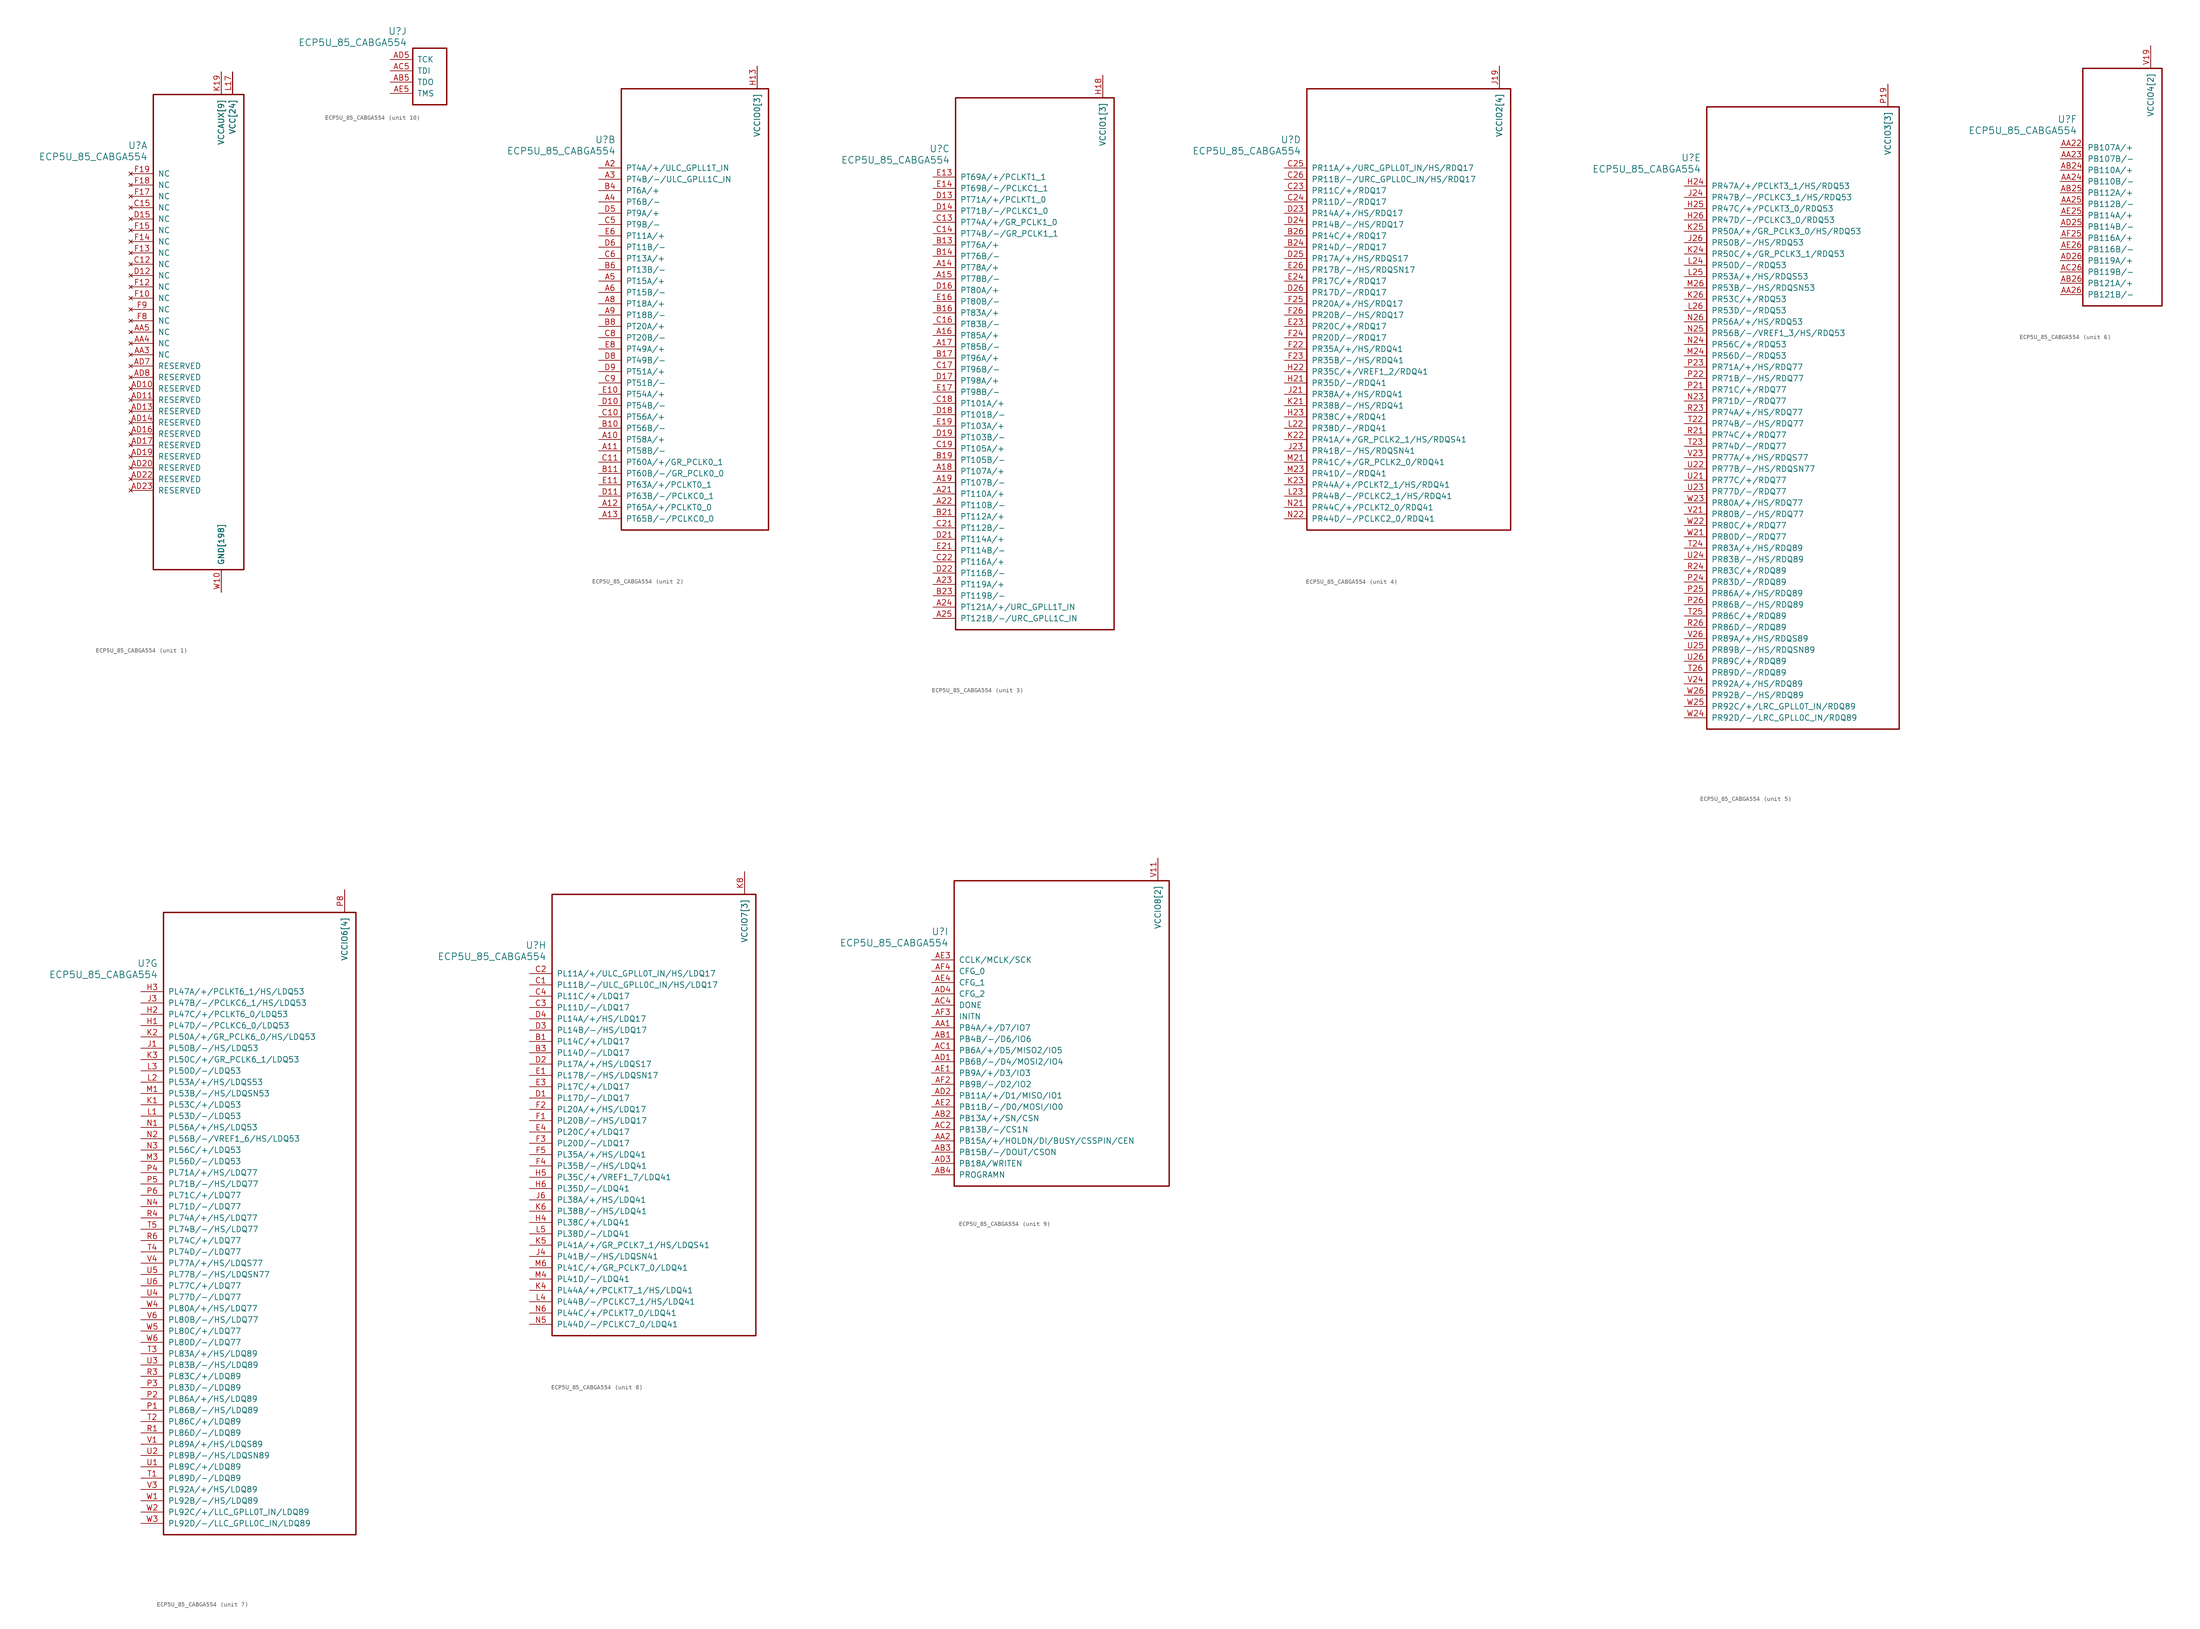
<source format=kicad_sym>
(kicad_symbol_lib
  (version 20241209)
  (generator "kicad_symbol_editor")
  (generator_version "9.0")
  (symbol "ECP5U_85_CABGA554"
    (pin_names
      (offset 1.016))
    (property "Reference" "U"
      (at 3.81 6.35 0)
      (effects (font (size 1.524 1.524)) (justify right)))
    (property "Value" "ECP5U_85_CABGA554"
      (at 3.81 3.81 0)
      (effects (font (size 1.524 1.524)) (justify right)))
    (property "ki_locked" ""
      (at 0 0 0)
      (effects (font (size 1.27 1.27))))
    (symbol "ECP5U_85_CABGA554_1_1"
      (rectangle (start 5.08 17.78) (end 25.4 -88.9) (stroke (width 0.305) (type solid)) (fill (type none)))
      (pin no_connect line (at 0 0 0) (length 5.08) (name "NC" (effects (font (size 1.27 1.27)))) (number "F19" (effects (font (size 1.27 1.27)))))
      (pin no_connect line (at 0 -2.54 0) (length 5.08) (name "NC" (effects (font (size 1.27 1.27)))) (number "F18" (effects (font (size 1.27 1.27)))))
      (pin no_connect line (at 0 -5.08 0) (length 5.08) (name "NC" (effects (font (size 1.27 1.27)))) (number "F17" (effects (font (size 1.27 1.27)))))
      (pin no_connect line (at 0 -7.62 0) (length 5.08) (name "NC" (effects (font (size 1.27 1.27)))) (number "C15" (effects (font (size 1.27 1.27)))))
      (pin no_connect line (at 0 -10.16 0) (length 5.08) (name "NC" (effects (font (size 1.27 1.27)))) (number "D15" (effects (font (size 1.27 1.27)))))
      (pin no_connect line (at 0 -12.7 0) (length 5.08) (name "NC" (effects (font (size 1.27 1.27)))) (number "F15" (effects (font (size 1.27 1.27)))))
      (pin no_connect line (at 0 -15.24 0) (length 5.08) (name "NC" (effects (font (size 1.27 1.27)))) (number "F14" (effects (font (size 1.27 1.27)))))
      (pin no_connect line (at 0 -17.78 0) (length 5.08) (name "NC" (effects (font (size 1.27 1.27)))) (number "F13" (effects (font (size 1.27 1.27)))))
      (pin no_connect line (at 0 -20.32 0) (length 5.08) (name "NC" (effects (font (size 1.27 1.27)))) (number "C12" (effects (font (size 1.27 1.27)))))
      (pin no_connect line (at 0 -22.86 0) (length 5.08) (name "NC" (effects (font (size 1.27 1.27)))) (number "D12" (effects (font (size 1.27 1.27)))))
      (pin no_connect line (at 0 -25.4 0) (length 5.08) (name "NC" (effects (font (size 1.27 1.27)))) (number "F12" (effects (font (size 1.27 1.27)))))
      (pin no_connect line (at 0 -27.94 0) (length 5.08) (name "NC" (effects (font (size 1.27 1.27)))) (number "F10" (effects (font (size 1.27 1.27)))))
      (pin no_connect line (at 0 -30.48 0) (length 5.08) (name "NC" (effects (font (size 1.27 1.27)))) (number "F9" (effects (font (size 1.27 1.27)))))
      (pin no_connect line (at 0 -33.02 0) (length 5.08) (name "NC" (effects (font (size 1.27 1.27)))) (number "F8" (effects (font (size 1.27 1.27)))))
      (pin no_connect line (at 0 -35.56 0) (length 5.08) (name "NC" (effects (font (size 1.27 1.27)))) (number "AA5" (effects (font (size 1.27 1.27)))))
      (pin no_connect line (at 0 -38.1 0) (length 5.08) (name "NC" (effects (font (size 1.27 1.27)))) (number "AA4" (effects (font (size 1.27 1.27)))))
      (pin no_connect line (at 0 -40.64 0) (length 5.08) (name "NC" (effects (font (size 1.27 1.27)))) (number "AA3" (effects (font (size 1.27 1.27)))))
      (pin no_connect line (at 0 -43.18 0) (length 5.08) (name "RESERVED" (effects (font (size 1.27 1.27)))) (number "AD7" (effects (font (size 1.27 1.27)))))
      (pin no_connect line (at 0 -45.72 0) (length 5.08) (name "RESERVED" (effects (font (size 1.27 1.27)))) (number "AD8" (effects (font (size 1.27 1.27)))))
      (pin no_connect line (at 0 -48.26 0) (length 5.08) (name "RESERVED" (effects (font (size 1.27 1.27)))) (number "AD10" (effects (font (size 1.27 1.27)))))
      (pin no_connect line (at 0 -50.8 0) (length 5.08) (name "RESERVED" (effects (font (size 1.27 1.27)))) (number "AD11" (effects (font (size 1.27 1.27)))))
      (pin no_connect line (at 0 -53.34 0) (length 5.08) (name "RESERVED" (effects (font (size 1.27 1.27)))) (number "AD13" (effects (font (size 1.27 1.27)))))
      (pin no_connect line (at 0 -55.88 0) (length 5.08) (name "RESERVED" (effects (font (size 1.27 1.27)))) (number "AD14" (effects (font (size 1.27 1.27)))))
      (pin no_connect line (at 0 -58.42 0) (length 5.08) (name "RESERVED" (effects (font (size 1.27 1.27)))) (number "AD16" (effects (font (size 1.27 1.27)))))
      (pin no_connect line (at 0 -60.96 0) (length 5.08) (name "RESERVED" (effects (font (size 1.27 1.27)))) (number "AD17" (effects (font (size 1.27 1.27)))))
      (pin no_connect line (at 0 -63.5 0) (length 5.08) (name "RESERVED" (effects (font (size 1.27 1.27)))) (number "AD19" (effects (font (size 1.27 1.27)))))
      (pin no_connect line (at 0 -66.04 0) (length 5.08) (name "RESERVED" (effects (font (size 1.27 1.27)))) (number "AD20" (effects (font (size 1.27 1.27)))))
      (pin no_connect line (at 0 -68.58 0) (length 5.08) (name "RESERVED" (effects (font (size 1.27 1.27)))) (number "AD22" (effects (font (size 1.27 1.27)))))
      (pin no_connect line (at 0 -71.12 0) (length 5.08) (name "RESERVED" (effects (font (size 1.27 1.27)))) (number "AD23" (effects (font (size 1.27 1.27)))))
      (pin power_in line (at 20.32 22.86 270) (length 5.08) (name "VCCAUX[9]" (effects (font (size 1.27 1.27)))) (number "H11" (effects (font (size 0 0)))))
      (pin power_in line (at 20.32 22.86 270) (length 5.08) (name "VCCAUX[9]" (effects (font (size 1.27 1.27)))) (number "H14" (effects (font (size 0 0)))))
      (pin power_in line (at 20.32 22.86 270) (length 5.08) (name "VCCAUX[9]" (effects (font (size 1.27 1.27)))) (number "H17" (effects (font (size 0 0)))))
      (pin power_in line (at 20.32 22.86 270) (length 5.08) (name "VCCAUX[9]" (effects (font (size 1.27 1.27)))) (number "K19" (effects (font (size 1.27 1.27)))))
      (pin power_in line (at 20.32 22.86 270) (length 5.08) (name "VCCAUX[9]" (effects (font (size 1.27 1.27)))) (number "L8" (effects (font (size 0 0)))))
      (pin power_in line (at 20.32 22.86 270) (length 5.08) (name "VCCAUX[9]" (effects (font (size 1.27 1.27)))) (number "T19" (effects (font (size 0 0)))))
      (pin power_in line (at 20.32 22.86 270) (length 5.08) (name "VCCAUX[9]" (effects (font (size 1.27 1.27)))) (number "T8" (effects (font (size 0 0)))))
      (pin power_in line (at 20.32 22.86 270) (length 5.08) (name "VCCAUX[9]" (effects (font (size 1.27 1.27)))) (number "W19" (effects (font (size 0 0)))))
      (pin power_in line (at 20.32 22.86 270) (length 5.08) (name "VCCAUX[9]" (effects (font (size 1.27 1.27)))) (number "W8" (effects (font (size 0 0)))))
      (pin power_in line (at 20.32 -93.98 90) (length 5.08) (name "GND[198]" (effects (font (size 1.27 1.27)))) (number "AA10" (effects (font (size 0 0)))))
      (pin power_in line (at 20.32 -93.98 90) (length 5.08) (name "GND[198]" (effects (font (size 1.27 1.27)))) (number "AA12" (effects (font (size 0 0)))))
      (pin power_in line (at 20.32 -93.98 90) (length 5.08) (name "GND[198]" (effects (font (size 1.27 1.27)))) (number "AA13" (effects (font (size 0 0)))))
      (pin power_in line (at 20.32 -93.98 90) (length 5.08) (name "GND[198]" (effects (font (size 1.27 1.27)))) (number "AA14" (effects (font (size 0 0)))))
      (pin power_in line (at 20.32 -93.98 90) (length 5.08) (name "GND[198]" (effects (font (size 1.27 1.27)))) (number "AA15" (effects (font (size 0 0)))))
      (pin power_in line (at 20.32 -93.98 90) (length 5.08) (name "GND[198]" (effects (font (size 1.27 1.27)))) (number "AA17" (effects (font (size 0 0)))))
      (pin power_in line (at 20.32 -93.98 90) (length 5.08) (name "GND[198]" (effects (font (size 1.27 1.27)))) (number "AA18" (effects (font (size 0 0)))))
      (pin power_in line (at 20.32 -93.98 90) (length 5.08) (name "GND[198]" (effects (font (size 1.27 1.27)))) (number "AA20" (effects (font (size 0 0)))))
      (pin power_in line (at 20.32 -93.98 90) (length 5.08) (name "GND[198]" (effects (font (size 1.27 1.27)))) (number "AA7" (effects (font (size 0 0)))))
      (pin power_in line (at 20.32 -93.98 90) (length 5.08) (name "GND[198]" (effects (font (size 1.27 1.27)))) (number "AA9" (effects (font (size 0 0)))))
      (pin power_in line (at 20.32 -93.98 90) (length 5.08) (name "GND[198]" (effects (font (size 1.27 1.27)))) (number "AB10" (effects (font (size 0 0)))))
      (pin power_in line (at 20.32 -93.98 90) (length 5.08) (name "GND[198]" (effects (font (size 1.27 1.27)))) (number "AB12" (effects (font (size 0 0)))))
      (pin power_in line (at 20.32 -93.98 90) (length 5.08) (name "GND[198]" (effects (font (size 1.27 1.27)))) (number "AB13" (effects (font (size 0 0)))))
      (pin power_in line (at 20.32 -93.98 90) (length 5.08) (name "GND[198]" (effects (font (size 1.27 1.27)))) (number "AB14" (effects (font (size 0 0)))))
      (pin power_in line (at 20.32 -93.98 90) (length 5.08) (name "GND[198]" (effects (font (size 1.27 1.27)))) (number "AB15" (effects (font (size 0 0)))))
      (pin power_in line (at 20.32 -93.98 90) (length 5.08) (name "GND[198]" (effects (font (size 1.27 1.27)))) (number "AB17" (effects (font (size 0 0)))))
      (pin power_in line (at 20.32 -93.98 90) (length 5.08) (name "GND[198]" (effects (font (size 1.27 1.27)))) (number "AB18" (effects (font (size 0 0)))))
      (pin power_in line (at 20.32 -93.98 90) (length 5.08) (name "GND[198]" (effects (font (size 1.27 1.27)))) (number "AB20" (effects (font (size 0 0)))))
      (pin power_in line (at 20.32 -93.98 90) (length 5.08) (name "GND[198]" (effects (font (size 1.27 1.27)))) (number "AB21" (effects (font (size 0 0)))))
      (pin power_in line (at 20.32 -93.98 90) (length 5.08) (name "GND[198]" (effects (font (size 1.27 1.27)))) (number "AB22" (effects (font (size 0 0)))))
      (pin power_in line (at 20.32 -93.98 90) (length 5.08) (name "GND[198]" (effects (font (size 1.27 1.27)))) (number "AB23" (effects (font (size 0 0)))))
      (pin power_in line (at 20.32 -93.98 90) (length 5.08) (name "GND[198]" (effects (font (size 1.27 1.27)))) (number "AB6" (effects (font (size 0 0)))))
      (pin power_in line (at 20.32 -93.98 90) (length 5.08) (name "GND[198]" (effects (font (size 1.27 1.27)))) (number "AB7" (effects (font (size 0 0)))))
      (pin power_in line (at 20.32 -93.98 90) (length 5.08) (name "GND[198]" (effects (font (size 1.27 1.27)))) (number "AB9" (effects (font (size 0 0)))))
      (pin power_in line (at 20.32 -93.98 90) (length 5.08) (name "GND[198]" (effects (font (size 1.27 1.27)))) (number "AC10" (effects (font (size 0 0)))))
      (pin power_in line (at 20.32 -93.98 90) (length 5.08) (name "GND[198]" (effects (font (size 1.27 1.27)))) (number "AC11" (effects (font (size 0 0)))))
      (pin power_in line (at 20.32 -93.98 90) (length 5.08) (name "GND[198]" (effects (font (size 1.27 1.27)))) (number "AC12" (effects (font (size 0 0)))))
      (pin power_in line (at 20.32 -93.98 90) (length 5.08) (name "GND[198]" (effects (font (size 1.27 1.27)))) (number "AC13" (effects (font (size 0 0)))))
      (pin power_in line (at 20.32 -93.98 90) (length 5.08) (name "GND[198]" (effects (font (size 1.27 1.27)))) (number "AC14" (effects (font (size 0 0)))))
      (pin power_in line (at 20.32 -93.98 90) (length 5.08) (name "GND[198]" (effects (font (size 1.27 1.27)))) (number "AC15" (effects (font (size 0 0)))))
      (pin power_in line (at 20.32 -93.98 90) (length 5.08) (name "GND[198]" (effects (font (size 1.27 1.27)))) (number "AC16" (effects (font (size 0 0)))))
      (pin power_in line (at 20.32 -93.98 90) (length 5.08) (name "GND[198]" (effects (font (size 1.27 1.27)))) (number "AC17" (effects (font (size 0 0)))))
      (pin power_in line (at 20.32 -93.98 90) (length 5.08) (name "GND[198]" (effects (font (size 1.27 1.27)))) (number "AC18" (effects (font (size 0 0)))))
      (pin power_in line (at 20.32 -93.98 90) (length 5.08) (name "GND[198]" (effects (font (size 1.27 1.27)))) (number "AC19" (effects (font (size 0 0)))))
      (pin power_in line (at 20.32 -93.98 90) (length 5.08) (name "GND[198]" (effects (font (size 1.27 1.27)))) (number "AC20" (effects (font (size 0 0)))))
      (pin power_in line (at 20.32 -93.98 90) (length 5.08) (name "GND[198]" (effects (font (size 1.27 1.27)))) (number "AC21" (effects (font (size 0 0)))))
      (pin power_in line (at 20.32 -93.98 90) (length 5.08) (name "GND[198]" (effects (font (size 1.27 1.27)))) (number "AC22" (effects (font (size 0 0)))))
      (pin power_in line (at 20.32 -93.98 90) (length 5.08) (name "GND[198]" (effects (font (size 1.27 1.27)))) (number "AC23" (effects (font (size 0 0)))))
      (pin power_in line (at 20.32 -93.98 90) (length 5.08) (name "GND[198]" (effects (font (size 1.27 1.27)))) (number "AC24" (effects (font (size 0 0)))))
      (pin power_in line (at 20.32 -93.98 90) (length 5.08) (name "GND[198]" (effects (font (size 1.27 1.27)))) (number "AC25" (effects (font (size 0 0)))))
      (pin power_in line (at 20.32 -93.98 90) (length 5.08) (name "GND[198]" (effects (font (size 1.27 1.27)))) (number "AC3" (effects (font (size 0 0)))))
      (pin power_in line (at 20.32 -93.98 90) (length 5.08) (name "GND[198]" (effects (font (size 1.27 1.27)))) (number "AC6" (effects (font (size 0 0)))))
      (pin power_in line (at 20.32 -93.98 90) (length 5.08) (name "GND[198]" (effects (font (size 1.27 1.27)))) (number "AC7" (effects (font (size 0 0)))))
      (pin power_in line (at 20.32 -93.98 90) (length 5.08) (name "GND[198]" (effects (font (size 1.27 1.27)))) (number "AC8" (effects (font (size 0 0)))))
      (pin power_in line (at 20.32 -93.98 90) (length 5.08) (name "GND[198]" (effects (font (size 1.27 1.27)))) (number "AC9" (effects (font (size 0 0)))))
      (pin power_in line (at 20.32 -93.98 90) (length 5.08) (name "GND[198]" (effects (font (size 1.27 1.27)))) (number "AD12" (effects (font (size 0 0)))))
      (pin power_in line (at 20.32 -93.98 90) (length 5.08) (name "GND[198]" (effects (font (size 1.27 1.27)))) (number "AD15" (effects (font (size 0 0)))))
      (pin power_in line (at 20.32 -93.98 90) (length 5.08) (name "GND[198]" (effects (font (size 1.27 1.27)))) (number "AD18" (effects (font (size 0 0)))))
      (pin power_in line (at 20.32 -93.98 90) (length 5.08) (name "GND[198]" (effects (font (size 1.27 1.27)))) (number "AD21" (effects (font (size 0 0)))))
      (pin power_in line (at 20.32 -93.98 90) (length 5.08) (name "GND[198]" (effects (font (size 1.27 1.27)))) (number "AD24" (effects (font (size 0 0)))))
      (pin power_in line (at 20.32 -93.98 90) (length 5.08) (name "GND[198]" (effects (font (size 1.27 1.27)))) (number "AD6" (effects (font (size 0 0)))))
      (pin power_in line (at 20.32 -93.98 90) (length 5.08) (name "GND[198]" (effects (font (size 1.27 1.27)))) (number "AD9" (effects (font (size 0 0)))))
      (pin power_in line (at 20.32 -93.98 90) (length 5.08) (name "GND[198]" (effects (font (size 1.27 1.27)))) (number "AE10" (effects (font (size 0 0)))))
      (pin power_in line (at 20.32 -93.98 90) (length 5.08) (name "GND[198]" (effects (font (size 1.27 1.27)))) (number "AE12" (effects (font (size 0 0)))))
      (pin power_in line (at 20.32 -93.98 90) (length 5.08) (name "GND[198]" (effects (font (size 1.27 1.27)))) (number "AE13" (effects (font (size 0 0)))))
      (pin power_in line (at 20.32 -93.98 90) (length 5.08) (name "GND[198]" (effects (font (size 1.27 1.27)))) (number "AE15" (effects (font (size 0 0)))))
      (pin power_in line (at 20.32 -93.98 90) (length 5.08) (name "GND[198]" (effects (font (size 1.27 1.27)))) (number "AE16" (effects (font (size 0 0)))))
      (pin power_in line (at 20.32 -93.98 90) (length 5.08) (name "GND[198]" (effects (font (size 1.27 1.27)))) (number "AE18" (effects (font (size 0 0)))))
      (pin power_in line (at 20.32 -93.98 90) (length 5.08) (name "GND[198]" (effects (font (size 1.27 1.27)))) (number "AE19" (effects (font (size 0 0)))))
      (pin power_in line (at 20.32 -93.98 90) (length 5.08) (name "GND[198]" (effects (font (size 1.27 1.27)))) (number "AE21" (effects (font (size 0 0)))))
      (pin power_in line (at 20.32 -93.98 90) (length 5.08) (name "GND[198]" (effects (font (size 1.27 1.27)))) (number "AE22" (effects (font (size 0 0)))))
      (pin power_in line (at 20.32 -93.98 90) (length 5.08) (name "GND[198]" (effects (font (size 1.27 1.27)))) (number "AE24" (effects (font (size 0 0)))))
      (pin power_in line (at 20.32 -93.98 90) (length 5.08) (name "GND[198]" (effects (font (size 1.27 1.27)))) (number "AE6" (effects (font (size 0 0)))))
      (pin power_in line (at 20.32 -93.98 90) (length 5.08) (name "GND[198]" (effects (font (size 1.27 1.27)))) (number "AE7" (effects (font (size 0 0)))))
      (pin power_in line (at 20.32 -93.98 90) (length 5.08) (name "GND[198]" (effects (font (size 1.27 1.27)))) (number "AE9" (effects (font (size 0 0)))))
      (pin power_in line (at 20.32 -93.98 90) (length 5.08) (name "GND[198]" (effects (font (size 1.27 1.27)))) (number "AF10" (effects (font (size 0 0)))))
      (pin power_in line (at 20.32 -93.98 90) (length 5.08) (name "GND[198]" (effects (font (size 1.27 1.27)))) (number "AF12" (effects (font (size 0 0)))))
      (pin power_in line (at 20.32 -93.98 90) (length 5.08) (name "GND[198]" (effects (font (size 1.27 1.27)))) (number "AF13" (effects (font (size 0 0)))))
      (pin power_in line (at 20.32 -93.98 90) (length 5.08) (name "GND[198]" (effects (font (size 1.27 1.27)))) (number "AF15" (effects (font (size 0 0)))))
      (pin power_in line (at 20.32 -93.98 90) (length 5.08) (name "GND[198]" (effects (font (size 1.27 1.27)))) (number "AF16" (effects (font (size 0 0)))))
      (pin power_in line (at 20.32 -93.98 90) (length 5.08) (name "GND[198]" (effects (font (size 1.27 1.27)))) (number "AF18" (effects (font (size 0 0)))))
      (pin power_in line (at 20.32 -93.98 90) (length 5.08) (name "GND[198]" (effects (font (size 1.27 1.27)))) (number "AF19" (effects (font (size 0 0)))))
      (pin power_in line (at 20.32 -93.98 90) (length 5.08) (name "GND[198]" (effects (font (size 1.27 1.27)))) (number "AF21" (effects (font (size 0 0)))))
      (pin power_in line (at 20.32 -93.98 90) (length 5.08) (name "GND[198]" (effects (font (size 1.27 1.27)))) (number "AF22" (effects (font (size 0 0)))))
      (pin power_in line (at 20.32 -93.98 90) (length 5.08) (name "GND[198]" (effects (font (size 1.27 1.27)))) (number "AF24" (effects (font (size 0 0)))))
      (pin power_in line (at 20.32 -93.98 90) (length 5.08) (name "GND[198]" (effects (font (size 1.27 1.27)))) (number "AF5" (effects (font (size 0 0)))))
      (pin power_in line (at 20.32 -93.98 90) (length 5.08) (name "GND[198]" (effects (font (size 1.27 1.27)))) (number "AF6" (effects (font (size 0 0)))))
      (pin power_in line (at 20.32 -93.98 90) (length 5.08) (name "GND[198]" (effects (font (size 1.27 1.27)))) (number "AF7" (effects (font (size 0 0)))))
      (pin power_in line (at 20.32 -93.98 90) (length 5.08) (name "GND[198]" (effects (font (size 1.27 1.27)))) (number "AF9" (effects (font (size 0 0)))))
      (pin power_in line (at 20.32 -93.98 90) (length 5.08) (name "GND[198]" (effects (font (size 1.27 1.27)))) (number "B12" (effects (font (size 0 0)))))
      (pin power_in line (at 20.32 -93.98 90) (length 5.08) (name "GND[198]" (effects (font (size 1.27 1.27)))) (number "B15" (effects (font (size 0 0)))))
      (pin power_in line (at 20.32 -93.98 90) (length 5.08) (name "GND[198]" (effects (font (size 1.27 1.27)))) (number "B18" (effects (font (size 0 0)))))
      (pin power_in line (at 20.32 -93.98 90) (length 5.08) (name "GND[198]" (effects (font (size 1.27 1.27)))) (number "B2" (effects (font (size 0 0)))))
      (pin power_in line (at 20.32 -93.98 90) (length 5.08) (name "GND[198]" (effects (font (size 1.27 1.27)))) (number "B22" (effects (font (size 0 0)))))
      (pin power_in line (at 20.32 -93.98 90) (length 5.08) (name "GND[198]" (effects (font (size 1.27 1.27)))) (number "B25" (effects (font (size 0 0)))))
      (pin power_in line (at 20.32 -93.98 90) (length 5.08) (name "GND[198]" (effects (font (size 1.27 1.27)))) (number "B5" (effects (font (size 0 0)))))
      (pin power_in line (at 20.32 -93.98 90) (length 5.08) (name "GND[198]" (effects (font (size 1.27 1.27)))) (number "B9" (effects (font (size 0 0)))))
      (pin power_in line (at 20.32 -93.98 90) (length 5.08) (name "GND[198]" (effects (font (size 1.27 1.27)))) (number "E12" (effects (font (size 0 0)))))
      (pin power_in line (at 20.32 -93.98 90) (length 5.08) (name "GND[198]" (effects (font (size 1.27 1.27)))) (number "E15" (effects (font (size 0 0)))))
      (pin power_in line (at 20.32 -93.98 90) (length 5.08) (name "GND[198]" (effects (font (size 1.27 1.27)))) (number "E18" (effects (font (size 0 0)))))
      (pin power_in line (at 20.32 -93.98 90) (length 5.08) (name "GND[198]" (effects (font (size 1.27 1.27)))) (number "E2" (effects (font (size 0 0)))))
      (pin power_in line (at 20.32 -93.98 90) (length 5.08) (name "GND[198]" (effects (font (size 1.27 1.27)))) (number "E22" (effects (font (size 0 0)))))
      (pin power_in line (at 20.32 -93.98 90) (length 5.08) (name "GND[198]" (effects (font (size 1.27 1.27)))) (number "E25" (effects (font (size 0 0)))))
      (pin power_in line (at 20.32 -93.98 90) (length 5.08) (name "GND[198]" (effects (font (size 1.27 1.27)))) (number "E5" (effects (font (size 0 0)))))
      (pin power_in line (at 20.32 -93.98 90) (length 5.08) (name "GND[198]" (effects (font (size 1.27 1.27)))) (number "E9" (effects (font (size 0 0)))))
      (pin power_in line (at 20.32 -93.98 90) (length 5.08) (name "GND[198]" (effects (font (size 1.27 1.27)))) (number "H19" (effects (font (size 0 0)))))
      (pin power_in line (at 20.32 -93.98 90) (length 5.08) (name "GND[198]" (effects (font (size 1.27 1.27)))) (number "H8" (effects (font (size 0 0)))))
      (pin power_in line (at 20.32 -93.98 90) (length 5.08) (name "GND[198]" (effects (font (size 1.27 1.27)))) (number "H9" (effects (font (size 0 0)))))
      (pin power_in line (at 20.32 -93.98 90) (length 5.08) (name "GND[198]" (effects (font (size 1.27 1.27)))) (number "J10" (effects (font (size 0 0)))))
      (pin power_in line (at 20.32 -93.98 90) (length 5.08) (name "GND[198]" (effects (font (size 1.27 1.27)))) (number "J11" (effects (font (size 0 0)))))
      (pin power_in line (at 20.32 -93.98 90) (length 5.08) (name "GND[198]" (effects (font (size 1.27 1.27)))) (number "J12" (effects (font (size 0 0)))))
      (pin power_in line (at 20.32 -93.98 90) (length 5.08) (name "GND[198]" (effects (font (size 1.27 1.27)))) (number "J13" (effects (font (size 0 0)))))
      (pin power_in line (at 20.32 -93.98 90) (length 5.08) (name "GND[198]" (effects (font (size 1.27 1.27)))) (number "J14" (effects (font (size 0 0)))))
      (pin power_in line (at 20.32 -93.98 90) (length 5.08) (name "GND[198]" (effects (font (size 1.27 1.27)))) (number "J15" (effects (font (size 0 0)))))
      (pin power_in line (at 20.32 -93.98 90) (length 5.08) (name "GND[198]" (effects (font (size 1.27 1.27)))) (number "J16" (effects (font (size 0 0)))))
      (pin power_in line (at 20.32 -93.98 90) (length 5.08) (name "GND[198]" (effects (font (size 1.27 1.27)))) (number "J17" (effects (font (size 0 0)))))
      (pin power_in line (at 20.32 -93.98 90) (length 5.08) (name "GND[198]" (effects (font (size 1.27 1.27)))) (number "J18" (effects (font (size 0 0)))))
      (pin power_in line (at 20.32 -93.98 90) (length 5.08) (name "GND[198]" (effects (font (size 1.27 1.27)))) (number "J2" (effects (font (size 0 0)))))
      (pin power_in line (at 20.32 -93.98 90) (length 5.08) (name "GND[198]" (effects (font (size 1.27 1.27)))) (number "J22" (effects (font (size 0 0)))))
      (pin power_in line (at 20.32 -93.98 90) (length 5.08) (name "GND[198]" (effects (font (size 1.27 1.27)))) (number "J25" (effects (font (size 0 0)))))
      (pin power_in line (at 20.32 -93.98 90) (length 5.08) (name "GND[198]" (effects (font (size 1.27 1.27)))) (number "J5" (effects (font (size 0 0)))))
      (pin power_in line (at 20.32 -93.98 90) (length 5.08) (name "GND[198]" (effects (font (size 1.27 1.27)))) (number "J8" (effects (font (size 0 0)))))
      (pin power_in line (at 20.32 -93.98 90) (length 5.08) (name "GND[198]" (effects (font (size 1.27 1.27)))) (number "J9" (effects (font (size 0 0)))))
      (pin power_in line (at 20.32 -93.98 90) (length 5.08) (name "GND[198]" (effects (font (size 1.27 1.27)))) (number "K10" (effects (font (size 0 0)))))
      (pin power_in line (at 20.32 -93.98 90) (length 5.08) (name "GND[198]" (effects (font (size 1.27 1.27)))) (number "K17" (effects (font (size 0 0)))))
      (pin power_in line (at 20.32 -93.98 90) (length 5.08) (name "GND[198]" (effects (font (size 1.27 1.27)))) (number "K18" (effects (font (size 0 0)))))
      (pin power_in line (at 20.32 -93.98 90) (length 5.08) (name "GND[198]" (effects (font (size 1.27 1.27)))) (number "K9" (effects (font (size 0 0)))))
      (pin power_in line (at 20.32 -93.98 90) (length 5.08) (name "GND[198]" (effects (font (size 1.27 1.27)))) (number "L11" (effects (font (size 0 0)))))
      (pin power_in line (at 20.32 -93.98 90) (length 5.08) (name "GND[198]" (effects (font (size 1.27 1.27)))) (number "L12" (effects (font (size 0 0)))))
      (pin power_in line (at 20.32 -93.98 90) (length 5.08) (name "GND[198]" (effects (font (size 1.27 1.27)))) (number "L13" (effects (font (size 0 0)))))
      (pin power_in line (at 20.32 -93.98 90) (length 5.08) (name "GND[198]" (effects (font (size 1.27 1.27)))) (number "L14" (effects (font (size 0 0)))))
      (pin power_in line (at 20.32 -93.98 90) (length 5.08) (name "GND[198]" (effects (font (size 1.27 1.27)))) (number "L15" (effects (font (size 0 0)))))
      (pin power_in line (at 20.32 -93.98 90) (length 5.08) (name "GND[198]" (effects (font (size 1.27 1.27)))) (number "L16" (effects (font (size 0 0)))))
      (pin power_in line (at 20.32 -93.98 90) (length 5.08) (name "GND[198]" (effects (font (size 1.27 1.27)))) (number "L18" (effects (font (size 0 0)))))
      (pin power_in line (at 20.32 -93.98 90) (length 5.08) (name "GND[198]" (effects (font (size 1.27 1.27)))) (number "L9" (effects (font (size 0 0)))))
      (pin power_in line (at 20.32 -93.98 90) (length 5.08) (name "GND[198]" (effects (font (size 1.27 1.27)))) (number "M11" (effects (font (size 0 0)))))
      (pin power_in line (at 20.32 -93.98 90) (length 5.08) (name "GND[198]" (effects (font (size 1.27 1.27)))) (number "M12" (effects (font (size 0 0)))))
      (pin power_in line (at 20.32 -93.98 90) (length 5.08) (name "GND[198]" (effects (font (size 1.27 1.27)))) (number "M13" (effects (font (size 0 0)))))
      (pin power_in line (at 20.32 -93.98 90) (length 5.08) (name "GND[198]" (effects (font (size 1.27 1.27)))) (number "M14" (effects (font (size 0 0)))))
      (pin power_in line (at 20.32 -93.98 90) (length 5.08) (name "GND[198]" (effects (font (size 1.27 1.27)))) (number "M15" (effects (font (size 0 0)))))
      (pin power_in line (at 20.32 -93.98 90) (length 5.08) (name "GND[198]" (effects (font (size 1.27 1.27)))) (number "M16" (effects (font (size 0 0)))))
      (pin power_in line (at 20.32 -93.98 90) (length 5.08) (name "GND[198]" (effects (font (size 1.27 1.27)))) (number "M18" (effects (font (size 0 0)))))
      (pin power_in line (at 20.32 -93.98 90) (length 5.08) (name "GND[198]" (effects (font (size 1.27 1.27)))) (number "M2" (effects (font (size 0 0)))))
      (pin power_in line (at 20.32 -93.98 90) (length 5.08) (name "GND[198]" (effects (font (size 1.27 1.27)))) (number "M22" (effects (font (size 0 0)))))
      (pin power_in line (at 20.32 -93.98 90) (length 5.08) (name "GND[198]" (effects (font (size 1.27 1.27)))) (number "M25" (effects (font (size 0 0)))))
      (pin power_in line (at 20.32 -93.98 90) (length 5.08) (name "GND[198]" (effects (font (size 1.27 1.27)))) (number "M5" (effects (font (size 0 0)))))
      (pin power_in line (at 20.32 -93.98 90) (length 5.08) (name "GND[198]" (effects (font (size 1.27 1.27)))) (number "M9" (effects (font (size 0 0)))))
      (pin power_in line (at 20.32 -93.98 90) (length 5.08) (name "GND[198]" (effects (font (size 1.27 1.27)))) (number "N11" (effects (font (size 0 0)))))
      (pin power_in line (at 20.32 -93.98 90) (length 5.08) (name "GND[198]" (effects (font (size 1.27 1.27)))) (number "N12" (effects (font (size 0 0)))))
      (pin power_in line (at 20.32 -93.98 90) (length 5.08) (name "GND[198]" (effects (font (size 1.27 1.27)))) (number "N13" (effects (font (size 0 0)))))
      (pin power_in line (at 20.32 -93.98 90) (length 5.08) (name "GND[198]" (effects (font (size 1.27 1.27)))) (number "N14" (effects (font (size 0 0)))))
      (pin power_in line (at 20.32 -93.98 90) (length 5.08) (name "GND[198]" (effects (font (size 1.27 1.27)))) (number "N15" (effects (font (size 0 0)))))
      (pin power_in line (at 20.32 -93.98 90) (length 5.08) (name "GND[198]" (effects (font (size 1.27 1.27)))) (number "N16" (effects (font (size 0 0)))))
      (pin power_in line (at 20.32 -93.98 90) (length 5.08) (name "GND[198]" (effects (font (size 1.27 1.27)))) (number "N18" (effects (font (size 0 0)))))
      (pin power_in line (at 20.32 -93.98 90) (length 5.08) (name "GND[198]" (effects (font (size 1.27 1.27)))) (number "N9" (effects (font (size 0 0)))))
      (pin power_in line (at 20.32 -93.98 90) (length 5.08) (name "GND[198]" (effects (font (size 1.27 1.27)))) (number "P11" (effects (font (size 0 0)))))
      (pin power_in line (at 20.32 -93.98 90) (length 5.08) (name "GND[198]" (effects (font (size 1.27 1.27)))) (number "P12" (effects (font (size 0 0)))))
      (pin power_in line (at 20.32 -93.98 90) (length 5.08) (name "GND[198]" (effects (font (size 1.27 1.27)))) (number "P13" (effects (font (size 0 0)))))
      (pin power_in line (at 20.32 -93.98 90) (length 5.08) (name "GND[198]" (effects (font (size 1.27 1.27)))) (number "P14" (effects (font (size 0 0)))))
      (pin power_in line (at 20.32 -93.98 90) (length 5.08) (name "GND[198]" (effects (font (size 1.27 1.27)))) (number "P15" (effects (font (size 0 0)))))
      (pin power_in line (at 20.32 -93.98 90) (length 5.08) (name "GND[198]" (effects (font (size 1.27 1.27)))) (number "P16" (effects (font (size 0 0)))))
      (pin power_in line (at 20.32 -93.98 90) (length 5.08) (name "GND[198]" (effects (font (size 1.27 1.27)))) (number "P18" (effects (font (size 0 0)))))
      (pin power_in line (at 20.32 -93.98 90) (length 5.08) (name "GND[198]" (effects (font (size 1.27 1.27)))) (number "P9" (effects (font (size 0 0)))))
      (pin power_in line (at 20.32 -93.98 90) (length 5.08) (name "GND[198]" (effects (font (size 1.27 1.27)))) (number "R11" (effects (font (size 0 0)))))
      (pin power_in line (at 20.32 -93.98 90) (length 5.08) (name "GND[198]" (effects (font (size 1.27 1.27)))) (number "R12" (effects (font (size 0 0)))))
      (pin power_in line (at 20.32 -93.98 90) (length 5.08) (name "GND[198]" (effects (font (size 1.27 1.27)))) (number "R13" (effects (font (size 0 0)))))
      (pin power_in line (at 20.32 -93.98 90) (length 5.08) (name "GND[198]" (effects (font (size 1.27 1.27)))) (number "R14" (effects (font (size 0 0)))))
      (pin power_in line (at 20.32 -93.98 90) (length 5.08) (name "GND[198]" (effects (font (size 1.27 1.27)))) (number "R15" (effects (font (size 0 0)))))
      (pin power_in line (at 20.32 -93.98 90) (length 5.08) (name "GND[198]" (effects (font (size 1.27 1.27)))) (number "R16" (effects (font (size 0 0)))))
      (pin power_in line (at 20.32 -93.98 90) (length 5.08) (name "GND[198]" (effects (font (size 1.27 1.27)))) (number "R18" (effects (font (size 0 0)))))
      (pin power_in line (at 20.32 -93.98 90) (length 5.08) (name "GND[198]" (effects (font (size 1.27 1.27)))) (number "R2" (effects (font (size 0 0)))))
      (pin power_in line (at 20.32 -93.98 90) (length 5.08) (name "GND[198]" (effects (font (size 1.27 1.27)))) (number "R22" (effects (font (size 0 0)))))
      (pin power_in line (at 20.32 -93.98 90) (length 5.08) (name "GND[198]" (effects (font (size 1.27 1.27)))) (number "R25" (effects (font (size 0 0)))))
      (pin power_in line (at 20.32 -93.98 90) (length 5.08) (name "GND[198]" (effects (font (size 1.27 1.27)))) (number "R5" (effects (font (size 0 0)))))
      (pin power_in line (at 20.32 -93.98 90) (length 5.08) (name "GND[198]" (effects (font (size 1.27 1.27)))) (number "R9" (effects (font (size 0 0)))))
      (pin power_in line (at 20.32 -93.98 90) (length 5.08) (name "GND[198]" (effects (font (size 1.27 1.27)))) (number "T18" (effects (font (size 0 0)))))
      (pin power_in line (at 20.32 -93.98 90) (length 5.08) (name "GND[198]" (effects (font (size 1.27 1.27)))) (number "T9" (effects (font (size 0 0)))))
      (pin power_in line (at 20.32 -93.98 90) (length 5.08) (name "GND[198]" (effects (font (size 1.27 1.27)))) (number "U10" (effects (font (size 0 0)))))
      (pin power_in line (at 20.32 -93.98 90) (length 5.08) (name "GND[198]" (effects (font (size 1.27 1.27)))) (number "U11" (effects (font (size 0 0)))))
      (pin power_in line (at 20.32 -93.98 90) (length 5.08) (name "GND[198]" (effects (font (size 1.27 1.27)))) (number "U12" (effects (font (size 0 0)))))
      (pin power_in line (at 20.32 -93.98 90) (length 5.08) (name "GND[198]" (effects (font (size 1.27 1.27)))) (number "U13" (effects (font (size 0 0)))))
      (pin power_in line (at 20.32 -93.98 90) (length 5.08) (name "GND[198]" (effects (font (size 1.27 1.27)))) (number "U14" (effects (font (size 0 0)))))
      (pin power_in line (at 20.32 -93.98 90) (length 5.08) (name "GND[198]" (effects (font (size 1.27 1.27)))) (number "U15" (effects (font (size 0 0)))))
      (pin power_in line (at 20.32 -93.98 90) (length 5.08) (name "GND[198]" (effects (font (size 1.27 1.27)))) (number "U16" (effects (font (size 0 0)))))
      (pin power_in line (at 20.32 -93.98 90) (length 5.08) (name "GND[198]" (effects (font (size 1.27 1.27)))) (number "U17" (effects (font (size 0 0)))))
      (pin power_in line (at 20.32 -93.98 90) (length 5.08) (name "GND[198]" (effects (font (size 1.27 1.27)))) (number "U18" (effects (font (size 0 0)))))
      (pin power_in line (at 20.32 -93.98 90) (length 5.08) (name "GND[198]" (effects (font (size 1.27 1.27)))) (number "U9" (effects (font (size 0 0)))))
      (pin power_in line (at 20.32 -93.98 90) (length 5.08) (name "GND[198]" (effects (font (size 1.27 1.27)))) (number "V12" (effects (font (size 0 0)))))
      (pin power_in line (at 20.32 -93.98 90) (length 5.08) (name "GND[198]" (effects (font (size 1.27 1.27)))) (number "V13" (effects (font (size 0 0)))))
      (pin power_in line (at 20.32 -93.98 90) (length 5.08) (name "GND[198]" (effects (font (size 1.27 1.27)))) (number "V14" (effects (font (size 0 0)))))
      (pin power_in line (at 20.32 -93.98 90) (length 5.08) (name "GND[198]" (effects (font (size 1.27 1.27)))) (number "V15" (effects (font (size 0 0)))))
      (pin power_in line (at 20.32 -93.98 90) (length 5.08) (name "GND[198]" (effects (font (size 1.27 1.27)))) (number "V16" (effects (font (size 0 0)))))
      (pin power_in line (at 20.32 -93.98 90) (length 5.08) (name "GND[198]" (effects (font (size 1.27 1.27)))) (number "V17" (effects (font (size 0 0)))))
      (pin power_in line (at 20.32 -93.98 90) (length 5.08) (name "GND[198]" (effects (font (size 1.27 1.27)))) (number "V2" (effects (font (size 0 0)))))
      (pin power_in line (at 20.32 -93.98 90) (length 5.08) (name "GND[198]" (effects (font (size 1.27 1.27)))) (number "V22" (effects (font (size 0 0)))))
      (pin power_in line (at 20.32 -93.98 90) (length 5.08) (name "GND[198]" (effects (font (size 1.27 1.27)))) (number "V25" (effects (font (size 0 0)))))
      (pin power_in line (at 20.32 -93.98 90) (length 5.08) (name "GND[198]" (effects (font (size 1.27 1.27)))) (number "V5" (effects (font (size 0 0)))))
      (pin power_in line (at 20.32 -93.98 90) (length 5.08) (name "GND[198]" (effects (font (size 1.27 1.27)))) (number "V9" (effects (font (size 0 0)))))
      (pin power_in line (at 20.32 -93.98 90) (length 5.08) (name "GND[198]" (effects (font (size 1.27 1.27)))) (number "W10" (effects (font (size 1.27 1.27)))))
      (pin power_in line (at 20.32 -93.98 90) (length 5.08) (name "GND[198]" (effects (font (size 1.27 1.27)))) (number "W11" (effects (font (size 0 0)))))
      (pin power_in line (at 20.32 -93.98 90) (length 5.08) (name "GND[198]" (effects (font (size 1.27 1.27)))) (number "W12" (effects (font (size 0 0)))))
      (pin power_in line (at 20.32 -93.98 90) (length 5.08) (name "GND[198]" (effects (font (size 1.27 1.27)))) (number "W13" (effects (font (size 0 0)))))
      (pin power_in line (at 20.32 -93.98 90) (length 5.08) (name "GND[198]" (effects (font (size 1.27 1.27)))) (number "W14" (effects (font (size 0 0)))))
      (pin power_in line (at 20.32 -93.98 90) (length 5.08) (name "GND[198]" (effects (font (size 1.27 1.27)))) (number "W15" (effects (font (size 0 0)))))
      (pin power_in line (at 20.32 -93.98 90) (length 5.08) (name "GND[198]" (effects (font (size 1.27 1.27)))) (number "W16" (effects (font (size 0 0)))))
      (pin power_in line (at 20.32 -93.98 90) (length 5.08) (name "GND[198]" (effects (font (size 1.27 1.27)))) (number "W17" (effects (font (size 0 0)))))
      (pin power_in line (at 20.32 -93.98 90) (length 5.08) (name "GND[198]" (effects (font (size 1.27 1.27)))) (number "W18" (effects (font (size 0 0)))))
      (pin power_in line (at 20.32 -93.98 90) (length 5.08) (name "GND[198]" (effects (font (size 1.27 1.27)))) (number "W9" (effects (font (size 0 0)))))
      (pin power_in line (at 22.86 22.86 270) (length 5.08) (name "VCC[24]" (effects (font (size 1.27 1.27)))) (number "K11" (effects (font (size 0 0)))))
      (pin power_in line (at 22.86 22.86 270) (length 5.08) (name "VCC[24]" (effects (font (size 1.27 1.27)))) (number "K12" (effects (font (size 0 0)))))
      (pin power_in line (at 22.86 22.86 270) (length 5.08) (name "VCC[24]" (effects (font (size 1.27 1.27)))) (number "K13" (effects (font (size 0 0)))))
      (pin power_in line (at 22.86 22.86 270) (length 5.08) (name "VCC[24]" (effects (font (size 1.27 1.27)))) (number "K14" (effects (font (size 0 0)))))
      (pin power_in line (at 22.86 22.86 270) (length 5.08) (name "VCC[24]" (effects (font (size 1.27 1.27)))) (number "K15" (effects (font (size 0 0)))))
      (pin power_in line (at 22.86 22.86 270) (length 5.08) (name "VCC[24]" (effects (font (size 1.27 1.27)))) (number "K16" (effects (font (size 0 0)))))
      (pin power_in line (at 22.86 22.86 270) (length 5.08) (name "VCC[24]" (effects (font (size 1.27 1.27)))) (number "L10" (effects (font (size 0 0)))))
      (pin power_in line (at 22.86 22.86 270) (length 5.08) (name "VCC[24]" (effects (font (size 1.27 1.27)))) (number "L17" (effects (font (size 1.27 1.27)))))
      (pin power_in line (at 22.86 22.86 270) (length 5.08) (name "VCC[24]" (effects (font (size 1.27 1.27)))) (number "M10" (effects (font (size 0 0)))))
      (pin power_in line (at 22.86 22.86 270) (length 5.08) (name "VCC[24]" (effects (font (size 1.27 1.27)))) (number "M17" (effects (font (size 0 0)))))
      (pin power_in line (at 22.86 22.86 270) (length 5.08) (name "VCC[24]" (effects (font (size 1.27 1.27)))) (number "N10" (effects (font (size 0 0)))))
      (pin power_in line (at 22.86 22.86 270) (length 5.08) (name "VCC[24]" (effects (font (size 1.27 1.27)))) (number "N17" (effects (font (size 0 0)))))
      (pin power_in line (at 22.86 22.86 270) (length 5.08) (name "VCC[24]" (effects (font (size 1.27 1.27)))) (number "P10" (effects (font (size 0 0)))))
      (pin power_in line (at 22.86 22.86 270) (length 5.08) (name "VCC[24]" (effects (font (size 1.27 1.27)))) (number "P17" (effects (font (size 0 0)))))
      (pin power_in line (at 22.86 22.86 270) (length 5.08) (name "VCC[24]" (effects (font (size 1.27 1.27)))) (number "R10" (effects (font (size 0 0)))))
      (pin power_in line (at 22.86 22.86 270) (length 5.08) (name "VCC[24]" (effects (font (size 1.27 1.27)))) (number "R17" (effects (font (size 0 0)))))
      (pin power_in line (at 22.86 22.86 270) (length 5.08) (name "VCC[24]" (effects (font (size 1.27 1.27)))) (number "T10" (effects (font (size 0 0)))))
      (pin power_in line (at 22.86 22.86 270) (length 5.08) (name "VCC[24]" (effects (font (size 1.27 1.27)))) (number "T11" (effects (font (size 0 0)))))
      (pin power_in line (at 22.86 22.86 270) (length 5.08) (name "VCC[24]" (effects (font (size 1.27 1.27)))) (number "T12" (effects (font (size 0 0)))))
      (pin power_in line (at 22.86 22.86 270) (length 5.08) (name "VCC[24]" (effects (font (size 1.27 1.27)))) (number "T13" (effects (font (size 0 0)))))
      (pin power_in line (at 22.86 22.86 270) (length 5.08) (name "VCC[24]" (effects (font (size 1.27 1.27)))) (number "T14" (effects (font (size 0 0)))))
      (pin power_in line (at 22.86 22.86 270) (length 5.08) (name "VCC[24]" (effects (font (size 1.27 1.27)))) (number "T15" (effects (font (size 0 0)))))
      (pin power_in line (at 22.86 22.86 270) (length 5.08) (name "VCC[24]" (effects (font (size 1.27 1.27)))) (number "T16" (effects (font (size 0 0)))))
      (pin power_in line (at 22.86 22.86 270) (length 5.08) (name "VCC[24]" (effects (font (size 1.27 1.27)))) (number "T17" (effects (font (size 0 0))))))
    (symbol "ECP5U_85_CABGA554_2_1"
      (rectangle (start 5.08 17.78) (end 38.1 -81.28) (stroke (width 0.305) (type solid)) (fill (type none)))
      (pin bidirectional line (at 0 0 0) (length 5.08) (name "PT4A/+/ULC_GPLL1T_IN" (effects (font (size 1.27 1.27)))) (number "A2" (effects (font (size 1.27 1.27)))))
      (pin bidirectional line (at 0 -2.54 0) (length 5.08) (name "PT4B/-/ULC_GPLL1C_IN" (effects (font (size 1.27 1.27)))) (number "A3" (effects (font (size 1.27 1.27)))))
      (pin bidirectional line (at 0 -5.08 0) (length 5.08) (name "PT6A/+" (effects (font (size 1.27 1.27)))) (number "B4" (effects (font (size 1.27 1.27)))))
      (pin bidirectional line (at 0 -7.62 0) (length 5.08) (name "PT6B/-" (effects (font (size 1.27 1.27)))) (number "A4" (effects (font (size 1.27 1.27)))))
      (pin bidirectional line (at 0 -10.16 0) (length 5.08) (name "PT9A/+" (effects (font (size 1.27 1.27)))) (number "D5" (effects (font (size 1.27 1.27)))))
      (pin bidirectional line (at 0 -12.7 0) (length 5.08) (name "PT9B/-" (effects (font (size 1.27 1.27)))) (number "C5" (effects (font (size 1.27 1.27)))))
      (pin bidirectional line (at 0 -15.24 0) (length 5.08) (name "PT11A/+" (effects (font (size 1.27 1.27)))) (number "E6" (effects (font (size 1.27 1.27)))))
      (pin bidirectional line (at 0 -17.78 0) (length 5.08) (name "PT11B/-" (effects (font (size 1.27 1.27)))) (number "D6" (effects (font (size 1.27 1.27)))))
      (pin bidirectional line (at 0 -20.32 0) (length 5.08) (name "PT13A/+" (effects (font (size 1.27 1.27)))) (number "C6" (effects (font (size 1.27 1.27)))))
      (pin bidirectional line (at 0 -22.86 0) (length 5.08) (name "PT13B/-" (effects (font (size 1.27 1.27)))) (number "B6" (effects (font (size 1.27 1.27)))))
      (pin bidirectional line (at 0 -25.4 0) (length 5.08) (name "PT15A/+" (effects (font (size 1.27 1.27)))) (number "A5" (effects (font (size 1.27 1.27)))))
      (pin bidirectional line (at 0 -27.94 0) (length 5.08) (name "PT15B/-" (effects (font (size 1.27 1.27)))) (number "A6" (effects (font (size 1.27 1.27)))))
      (pin bidirectional line (at 0 -30.48 0) (length 5.08) (name "PT18A/+" (effects (font (size 1.27 1.27)))) (number "A8" (effects (font (size 1.27 1.27)))))
      (pin bidirectional line (at 0 -33.02 0) (length 5.08) (name "PT18B/-" (effects (font (size 1.27 1.27)))) (number "A9" (effects (font (size 1.27 1.27)))))
      (pin bidirectional line (at 0 -35.56 0) (length 5.08) (name "PT20A/+" (effects (font (size 1.27 1.27)))) (number "B8" (effects (font (size 1.27 1.27)))))
      (pin bidirectional line (at 0 -38.1 0) (length 5.08) (name "PT20B/-" (effects (font (size 1.27 1.27)))) (number "C8" (effects (font (size 1.27 1.27)))))
      (pin bidirectional line (at 0 -40.64 0) (length 5.08) (name "PT49A/+" (effects (font (size 1.27 1.27)))) (number "E8" (effects (font (size 1.27 1.27)))))
      (pin bidirectional line (at 0 -43.18 0) (length 5.08) (name "PT49B/-" (effects (font (size 1.27 1.27)))) (number "D8" (effects (font (size 1.27 1.27)))))
      (pin bidirectional line (at 0 -45.72 0) (length 5.08) (name "PT51A/+" (effects (font (size 1.27 1.27)))) (number "D9" (effects (font (size 1.27 1.27)))))
      (pin bidirectional line (at 0 -48.26 0) (length 5.08) (name "PT51B/-" (effects (font (size 1.27 1.27)))) (number "C9" (effects (font (size 1.27 1.27)))))
      (pin bidirectional line (at 0 -50.8 0) (length 5.08) (name "PT54A/+" (effects (font (size 1.27 1.27)))) (number "E10" (effects (font (size 1.27 1.27)))))
      (pin bidirectional line (at 0 -53.34 0) (length 5.08) (name "PT54B/-" (effects (font (size 1.27 1.27)))) (number "D10" (effects (font (size 1.27 1.27)))))
      (pin bidirectional line (at 0 -55.88 0) (length 5.08) (name "PT56A/+" (effects (font (size 1.27 1.27)))) (number "C10" (effects (font (size 1.27 1.27)))))
      (pin bidirectional line (at 0 -58.42 0) (length 5.08) (name "PT56B/-" (effects (font (size 1.27 1.27)))) (number "B10" (effects (font (size 1.27 1.27)))))
      (pin bidirectional line (at 0 -60.96 0) (length 5.08) (name "PT58A/+" (effects (font (size 1.27 1.27)))) (number "A10" (effects (font (size 1.27 1.27)))))
      (pin bidirectional line (at 0 -63.5 0) (length 5.08) (name "PT58B/-" (effects (font (size 1.27 1.27)))) (number "A11" (effects (font (size 1.27 1.27)))))
      (pin bidirectional line (at 0 -66.04 0) (length 5.08) (name "PT60A/+/GR_PCLK0_1" (effects (font (size 1.27 1.27)))) (number "C11" (effects (font (size 1.27 1.27)))))
      (pin bidirectional line (at 0 -68.58 0) (length 5.08) (name "PT60B/-/GR_PCLK0_0" (effects (font (size 1.27 1.27)))) (number "B11" (effects (font (size 1.27 1.27)))))
      (pin bidirectional line (at 0 -71.12 0) (length 5.08) (name "PT63A/+/PCLKT0_1" (effects (font (size 1.27 1.27)))) (number "E11" (effects (font (size 1.27 1.27)))))
      (pin bidirectional line (at 0 -73.66 0) (length 5.08) (name "PT63B/-/PCLKC0_1" (effects (font (size 1.27 1.27)))) (number "D11" (effects (font (size 1.27 1.27)))))
      (pin bidirectional line (at 0 -76.2 0) (length 5.08) (name "PT65A/+/PCLKT0_0" (effects (font (size 1.27 1.27)))) (number "A12" (effects (font (size 1.27 1.27)))))
      (pin bidirectional line (at 0 -78.74 0) (length 5.08) (name "PT65B/-/PCLKC0_0" (effects (font (size 1.27 1.27)))) (number "A13" (effects (font (size 1.27 1.27)))))
      (pin power_in line (at 35.56 22.86 270) (length 5.08) (name "VCCIO0[3]" (effects (font (size 1.27 1.27)))) (number "H10" (effects (font (size 0 0)))))
      (pin power_in line (at 35.56 22.86 270) (length 5.08) (name "VCCIO0[3]" (effects (font (size 1.27 1.27)))) (number "H12" (effects (font (size 0 0)))))
      (pin power_in line (at 35.56 22.86 270) (length 5.08) (name "VCCIO0[3]" (effects (font (size 1.27 1.27)))) (number "H13" (effects (font (size 1.27 1.27))))))
    (symbol "ECP5U_85_CABGA554_3_1"
      (rectangle (start 5.08 17.78) (end 40.64 -101.6) (stroke (width 0.305) (type solid)) (fill (type none)))
      (pin bidirectional line (at 0 0 0) (length 5.08) (name "PT69A/+/PCLKT1_1" (effects (font (size 1.27 1.27)))) (number "E13" (effects (font (size 1.27 1.27)))))
      (pin bidirectional line (at 0 -2.54 0) (length 5.08) (name "PT69B/-/PCLKC1_1" (effects (font (size 1.27 1.27)))) (number "E14" (effects (font (size 1.27 1.27)))))
      (pin bidirectional line (at 0 -5.08 0) (length 5.08) (name "PT71A/+/PCLKT1_0" (effects (font (size 1.27 1.27)))) (number "D13" (effects (font (size 1.27 1.27)))))
      (pin bidirectional line (at 0 -7.62 0) (length 5.08) (name "PT71B/-/PCLKC1_0" (effects (font (size 1.27 1.27)))) (number "D14" (effects (font (size 1.27 1.27)))))
      (pin bidirectional line (at 0 -10.16 0) (length 5.08) (name "PT74A/+/GR_PCLK1_0" (effects (font (size 1.27 1.27)))) (number "C13" (effects (font (size 1.27 1.27)))))
      (pin bidirectional line (at 0 -12.7 0) (length 5.08) (name "PT74B/-/GR_PCLK1_1" (effects (font (size 1.27 1.27)))) (number "C14" (effects (font (size 1.27 1.27)))))
      (pin bidirectional line (at 0 -15.24 0) (length 5.08) (name "PT76A/+" (effects (font (size 1.27 1.27)))) (number "B13" (effects (font (size 1.27 1.27)))))
      (pin bidirectional line (at 0 -17.78 0) (length 5.08) (name "PT76B/-" (effects (font (size 1.27 1.27)))) (number "B14" (effects (font (size 1.27 1.27)))))
      (pin bidirectional line (at 0 -20.32 0) (length 5.08) (name "PT78A/+" (effects (font (size 1.27 1.27)))) (number "A14" (effects (font (size 1.27 1.27)))))
      (pin bidirectional line (at 0 -22.86 0) (length 5.08) (name "PT78B/-" (effects (font (size 1.27 1.27)))) (number "A15" (effects (font (size 1.27 1.27)))))
      (pin bidirectional line (at 0 -25.4 0) (length 5.08) (name "PT80A/+" (effects (font (size 1.27 1.27)))) (number "D16" (effects (font (size 1.27 1.27)))))
      (pin bidirectional line (at 0 -27.94 0) (length 5.08) (name "PT80B/-" (effects (font (size 1.27 1.27)))) (number "E16" (effects (font (size 1.27 1.27)))))
      (pin bidirectional line (at 0 -30.48 0) (length 5.08) (name "PT83A/+" (effects (font (size 1.27 1.27)))) (number "B16" (effects (font (size 1.27 1.27)))))
      (pin bidirectional line (at 0 -33.02 0) (length 5.08) (name "PT83B/-" (effects (font (size 1.27 1.27)))) (number "C16" (effects (font (size 1.27 1.27)))))
      (pin bidirectional line (at 0 -35.56 0) (length 5.08) (name "PT85A/+" (effects (font (size 1.27 1.27)))) (number "A16" (effects (font (size 1.27 1.27)))))
      (pin bidirectional line (at 0 -38.1 0) (length 5.08) (name "PT85B/-" (effects (font (size 1.27 1.27)))) (number "A17" (effects (font (size 1.27 1.27)))))
      (pin bidirectional line (at 0 -40.64 0) (length 5.08) (name "PT96A/+" (effects (font (size 1.27 1.27)))) (number "B17" (effects (font (size 1.27 1.27)))))
      (pin bidirectional line (at 0 -43.18 0) (length 5.08) (name "PT96B/-" (effects (font (size 1.27 1.27)))) (number "C17" (effects (font (size 1.27 1.27)))))
      (pin bidirectional line (at 0 -45.72 0) (length 5.08) (name "PT98A/+" (effects (font (size 1.27 1.27)))) (number "D17" (effects (font (size 1.27 1.27)))))
      (pin bidirectional line (at 0 -48.26 0) (length 5.08) (name "PT98B/-" (effects (font (size 1.27 1.27)))) (number "E17" (effects (font (size 1.27 1.27)))))
      (pin bidirectional line (at 0 -50.8 0) (length 5.08) (name "PT101A/+" (effects (font (size 1.27 1.27)))) (number "C18" (effects (font (size 1.27 1.27)))))
      (pin bidirectional line (at 0 -53.34 0) (length 5.08) (name "PT101B/-" (effects (font (size 1.27 1.27)))) (number "D18" (effects (font (size 1.27 1.27)))))
      (pin bidirectional line (at 0 -55.88 0) (length 5.08) (name "PT103A/+" (effects (font (size 1.27 1.27)))) (number "E19" (effects (font (size 1.27 1.27)))))
      (pin bidirectional line (at 0 -58.42 0) (length 5.08) (name "PT103B/-" (effects (font (size 1.27 1.27)))) (number "D19" (effects (font (size 1.27 1.27)))))
      (pin bidirectional line (at 0 -60.96 0) (length 5.08) (name "PT105A/+" (effects (font (size 1.27 1.27)))) (number "C19" (effects (font (size 1.27 1.27)))))
      (pin bidirectional line (at 0 -63.5 0) (length 5.08) (name "PT105B/-" (effects (font (size 1.27 1.27)))) (number "B19" (effects (font (size 1.27 1.27)))))
      (pin bidirectional line (at 0 -66.04 0) (length 5.08) (name "PT107A/+" (effects (font (size 1.27 1.27)))) (number "A18" (effects (font (size 1.27 1.27)))))
      (pin bidirectional line (at 0 -68.58 0) (length 5.08) (name "PT107B/-" (effects (font (size 1.27 1.27)))) (number "A19" (effects (font (size 1.27 1.27)))))
      (pin bidirectional line (at 0 -71.12 0) (length 5.08) (name "PT110A/+" (effects (font (size 1.27 1.27)))) (number "A21" (effects (font (size 1.27 1.27)))))
      (pin bidirectional line (at 0 -73.66 0) (length 5.08) (name "PT110B/-" (effects (font (size 1.27 1.27)))) (number "A22" (effects (font (size 1.27 1.27)))))
      (pin bidirectional line (at 0 -76.2 0) (length 5.08) (name "PT112A/+" (effects (font (size 1.27 1.27)))) (number "B21" (effects (font (size 1.27 1.27)))))
      (pin bidirectional line (at 0 -78.74 0) (length 5.08) (name "PT112B/-" (effects (font (size 1.27 1.27)))) (number "C21" (effects (font (size 1.27 1.27)))))
      (pin bidirectional line (at 0 -81.28 0) (length 5.08) (name "PT114A/+" (effects (font (size 1.27 1.27)))) (number "D21" (effects (font (size 1.27 1.27)))))
      (pin bidirectional line (at 0 -83.82 0) (length 5.08) (name "PT114B/-" (effects (font (size 1.27 1.27)))) (number "E21" (effects (font (size 1.27 1.27)))))
      (pin bidirectional line (at 0 -86.36 0) (length 5.08) (name "PT116A/+" (effects (font (size 1.27 1.27)))) (number "C22" (effects (font (size 1.27 1.27)))))
      (pin bidirectional line (at 0 -88.9 0) (length 5.08) (name "PT116B/-" (effects (font (size 1.27 1.27)))) (number "D22" (effects (font (size 1.27 1.27)))))
      (pin bidirectional line (at 0 -91.44 0) (length 5.08) (name "PT119A/+" (effects (font (size 1.27 1.27)))) (number "A23" (effects (font (size 1.27 1.27)))))
      (pin bidirectional line (at 0 -93.98 0) (length 5.08) (name "PT119B/-" (effects (font (size 1.27 1.27)))) (number "B23" (effects (font (size 1.27 1.27)))))
      (pin bidirectional line (at 0 -96.52 0) (length 5.08) (name "PT121A/+/URC_GPLL1T_IN" (effects (font (size 1.27 1.27)))) (number "A24" (effects (font (size 1.27 1.27)))))
      (pin bidirectional line (at 0 -99.06 0) (length 5.08) (name "PT121B/-/URC_GPLL1C_IN" (effects (font (size 1.27 1.27)))) (number "A25" (effects (font (size 1.27 1.27)))))
      (pin power_in line (at 38.1 22.86 270) (length 5.08) (name "VCCIO1[3]" (effects (font (size 1.27 1.27)))) (number "H15" (effects (font (size 0 0)))))
      (pin power_in line (at 38.1 22.86 270) (length 5.08) (name "VCCIO1[3]" (effects (font (size 1.27 1.27)))) (number "H16" (effects (font (size 0 0)))))
      (pin power_in line (at 38.1 22.86 270) (length 5.08) (name "VCCIO1[3]" (effects (font (size 1.27 1.27)))) (number "H18" (effects (font (size 1.27 1.27))))))
    (symbol "ECP5U_85_CABGA554_4_1"
      (rectangle (start 5.08 17.78) (end 50.8 -81.28) (stroke (width 0.305) (type solid)) (fill (type none)))
      (pin bidirectional line (at 0 0 0) (length 5.08) (name "PR11A/+/URC_GPLL0T_IN/HS/RDQ17" (effects (font (size 1.27 1.27)))) (number "C25" (effects (font (size 1.27 1.27)))))
      (pin bidirectional line (at 0 -2.54 0) (length 5.08) (name "PR11B/-/URC_GPLL0C_IN/HS/RDQ17" (effects (font (size 1.27 1.27)))) (number "C26" (effects (font (size 1.27 1.27)))))
      (pin bidirectional line (at 0 -5.08 0) (length 5.08) (name "PR11C/+/RDQ17" (effects (font (size 1.27 1.27)))) (number "C23" (effects (font (size 1.27 1.27)))))
      (pin bidirectional line (at 0 -7.62 0) (length 5.08) (name "PR11D/-/RDQ17" (effects (font (size 1.27 1.27)))) (number "C24" (effects (font (size 1.27 1.27)))))
      (pin bidirectional line (at 0 -10.16 0) (length 5.08) (name "PR14A/+/HS/RDQ17" (effects (font (size 1.27 1.27)))) (number "D23" (effects (font (size 1.27 1.27)))))
      (pin bidirectional line (at 0 -12.7 0) (length 5.08) (name "PR14B/-/HS/RDQ17" (effects (font (size 1.27 1.27)))) (number "D24" (effects (font (size 1.27 1.27)))))
      (pin bidirectional line (at 0 -15.24 0) (length 5.08) (name "PR14C/+/RDQ17" (effects (font (size 1.27 1.27)))) (number "B26" (effects (font (size 1.27 1.27)))))
      (pin bidirectional line (at 0 -17.78 0) (length 5.08) (name "PR14D/-/RDQ17" (effects (font (size 1.27 1.27)))) (number "B24" (effects (font (size 1.27 1.27)))))
      (pin bidirectional line (at 0 -20.32 0) (length 5.08) (name "PR17A/+/HS/RDQS17" (effects (font (size 1.27 1.27)))) (number "D25" (effects (font (size 1.27 1.27)))))
      (pin bidirectional line (at 0 -22.86 0) (length 5.08) (name "PR17B/-/HS/RDQSN17" (effects (font (size 1.27 1.27)))) (number "E26" (effects (font (size 1.27 1.27)))))
      (pin bidirectional line (at 0 -25.4 0) (length 5.08) (name "PR17C/+/RDQ17" (effects (font (size 1.27 1.27)))) (number "E24" (effects (font (size 1.27 1.27)))))
      (pin bidirectional line (at 0 -27.94 0) (length 5.08) (name "PR17D/-/RDQ17" (effects (font (size 1.27 1.27)))) (number "D26" (effects (font (size 1.27 1.27)))))
      (pin bidirectional line (at 0 -30.48 0) (length 5.08) (name "PR20A/+/HS/RDQ17" (effects (font (size 1.27 1.27)))) (number "F25" (effects (font (size 1.27 1.27)))))
      (pin bidirectional line (at 0 -33.02 0) (length 5.08) (name "PR20B/-/HS/RDQ17" (effects (font (size 1.27 1.27)))) (number "F26" (effects (font (size 1.27 1.27)))))
      (pin bidirectional line (at 0 -35.56 0) (length 5.08) (name "PR20C/+/RDQ17" (effects (font (size 1.27 1.27)))) (number "E23" (effects (font (size 1.27 1.27)))))
      (pin bidirectional line (at 0 -38.1 0) (length 5.08) (name "PR20D/-/RDQ17" (effects (font (size 1.27 1.27)))) (number "F24" (effects (font (size 1.27 1.27)))))
      (pin bidirectional line (at 0 -40.64 0) (length 5.08) (name "PR35A/+/HS/RDQ41" (effects (font (size 1.27 1.27)))) (number "F22" (effects (font (size 1.27 1.27)))))
      (pin bidirectional line (at 0 -43.18 0) (length 5.08) (name "PR35B/-/HS/RDQ41" (effects (font (size 1.27 1.27)))) (number "F23" (effects (font (size 1.27 1.27)))))
      (pin bidirectional line (at 0 -45.72 0) (length 5.08) (name "PR35C/+/VREF1_2/RDQ41" (effects (font (size 1.27 1.27)))) (number "H22" (effects (font (size 1.27 1.27)))))
      (pin bidirectional line (at 0 -48.26 0) (length 5.08) (name "PR35D/-/RDQ41" (effects (font (size 1.27 1.27)))) (number "H21" (effects (font (size 1.27 1.27)))))
      (pin bidirectional line (at 0 -50.8 0) (length 5.08) (name "PR38A/+/HS/RDQ41" (effects (font (size 1.27 1.27)))) (number "J21" (effects (font (size 1.27 1.27)))))
      (pin bidirectional line (at 0 -53.34 0) (length 5.08) (name "PR38B/-/HS/RDQ41" (effects (font (size 1.27 1.27)))) (number "K21" (effects (font (size 1.27 1.27)))))
      (pin bidirectional line (at 0 -55.88 0) (length 5.08) (name "PR38C/+/RDQ41" (effects (font (size 1.27 1.27)))) (number "H23" (effects (font (size 1.27 1.27)))))
      (pin bidirectional line (at 0 -58.42 0) (length 5.08) (name "PR38D/-/RDQ41" (effects (font (size 1.27 1.27)))) (number "L22" (effects (font (size 1.27 1.27)))))
      (pin bidirectional line (at 0 -60.96 0) (length 5.08) (name "PR41A/+/GR_PCLK2_1/HS/RDQS41" (effects (font (size 1.27 1.27)))) (number "K22" (effects (font (size 1.27 1.27)))))
      (pin bidirectional line (at 0 -63.5 0) (length 5.08) (name "PR41B/-/HS/RDQSN41" (effects (font (size 1.27 1.27)))) (number "J23" (effects (font (size 1.27 1.27)))))
      (pin bidirectional line (at 0 -66.04 0) (length 5.08) (name "PR41C/+/GR_PCLK2_0/RDQ41" (effects (font (size 1.27 1.27)))) (number "M21" (effects (font (size 1.27 1.27)))))
      (pin bidirectional line (at 0 -68.58 0) (length 5.08) (name "PR41D/-/RDQ41" (effects (font (size 1.27 1.27)))) (number "M23" (effects (font (size 1.27 1.27)))))
      (pin bidirectional line (at 0 -71.12 0) (length 5.08) (name "PR44A/+/PCLKT2_1/HS/RDQ41" (effects (font (size 1.27 1.27)))) (number "K23" (effects (font (size 1.27 1.27)))))
      (pin bidirectional line (at 0 -73.66 0) (length 5.08) (name "PR44B/-/PCLKC2_1/HS/RDQ41" (effects (font (size 1.27 1.27)))) (number "L23" (effects (font (size 1.27 1.27)))))
      (pin bidirectional line (at 0 -76.2 0) (length 5.08) (name "PR44C/+/PCLKT2_0/RDQ41" (effects (font (size 1.27 1.27)))) (number "N21" (effects (font (size 1.27 1.27)))))
      (pin bidirectional line (at 0 -78.74 0) (length 5.08) (name "PR44D/-/PCLKC2_0/RDQ41" (effects (font (size 1.27 1.27)))) (number "N22" (effects (font (size 1.27 1.27)))))
      (pin power_in line (at 48.26 22.86 270) (length 5.08) (name "VCCIO2[4]" (effects (font (size 1.27 1.27)))) (number "J19" (effects (font (size 1.27 1.27)))))
      (pin power_in line (at 48.26 22.86 270) (length 5.08) (name "VCCIO2[4]" (effects (font (size 1.27 1.27)))) (number "L19" (effects (font (size 0 0)))))
      (pin power_in line (at 48.26 22.86 270) (length 5.08) (name "VCCIO2[4]" (effects (font (size 1.27 1.27)))) (number "M19" (effects (font (size 0 0)))))
      (pin power_in line (at 48.26 22.86 270) (length 5.08) (name "VCCIO2[4]" (effects (font (size 1.27 1.27)))) (number "N19" (effects (font (size 0 0))))))
    (symbol "ECP5U_85_CABGA554_5_1"
      (rectangle (start 5.08 17.78) (end 48.26 -121.92) (stroke (width 0.305) (type solid)) (fill (type none)))
      (pin bidirectional line (at 0 0 0) (length 5.08) (name "PR47A/+/PCLKT3_1/HS/RDQ53" (effects (font (size 1.27 1.27)))) (number "H24" (effects (font (size 1.27 1.27)))))
      (pin bidirectional line (at 0 -2.54 0) (length 5.08) (name "PR47B/-/PCLKC3_1/HS/RDQ53" (effects (font (size 1.27 1.27)))) (number "J24" (effects (font (size 1.27 1.27)))))
      (pin bidirectional line (at 0 -5.08 0) (length 5.08) (name "PR47C/+/PCLKT3_0/RDQ53" (effects (font (size 1.27 1.27)))) (number "H25" (effects (font (size 1.27 1.27)))))
      (pin bidirectional line (at 0 -7.62 0) (length 5.08) (name "PR47D/-/PCLKC3_0/RDQ53" (effects (font (size 1.27 1.27)))) (number "H26" (effects (font (size 1.27 1.27)))))
      (pin bidirectional line (at 0 -10.16 0) (length 5.08) (name "PR50A/+/GR_PCLK3_0/HS/RDQ53" (effects (font (size 1.27 1.27)))) (number "K25" (effects (font (size 1.27 1.27)))))
      (pin bidirectional line (at 0 -12.7 0) (length 5.08) (name "PR50B/-/HS/RDQ53" (effects (font (size 1.27 1.27)))) (number "J26" (effects (font (size 1.27 1.27)))))
      (pin bidirectional line (at 0 -15.24 0) (length 5.08) (name "PR50C/+/GR_PCLK3_1/RDQ53" (effects (font (size 1.27 1.27)))) (number "K24" (effects (font (size 1.27 1.27)))))
      (pin bidirectional line (at 0 -17.78 0) (length 5.08) (name "PR50D/-/RDQ53" (effects (font (size 1.27 1.27)))) (number "L24" (effects (font (size 1.27 1.27)))))
      (pin bidirectional line (at 0 -20.32 0) (length 5.08) (name "PR53A/+/HS/RDQS53" (effects (font (size 1.27 1.27)))) (number "L25" (effects (font (size 1.27 1.27)))))
      (pin bidirectional line (at 0 -22.86 0) (length 5.08) (name "PR53B/-/HS/RDQSN53" (effects (font (size 1.27 1.27)))) (number "M26" (effects (font (size 1.27 1.27)))))
      (pin bidirectional line (at 0 -25.4 0) (length 5.08) (name "PR53C/+/RDQ53" (effects (font (size 1.27 1.27)))) (number "K26" (effects (font (size 1.27 1.27)))))
      (pin bidirectional line (at 0 -27.94 0) (length 5.08) (name "PR53D/-/RDQ53" (effects (font (size 1.27 1.27)))) (number "L26" (effects (font (size 1.27 1.27)))))
      (pin bidirectional line (at 0 -30.48 0) (length 5.08) (name "PR56A/+/HS/RDQ53" (effects (font (size 1.27 1.27)))) (number "N26" (effects (font (size 1.27 1.27)))))
      (pin bidirectional line (at 0 -33.02 0) (length 5.08) (name "PR56B/-/VREF1_3/HS/RDQ53" (effects (font (size 1.27 1.27)))) (number "N25" (effects (font (size 1.27 1.27)))))
      (pin bidirectional line (at 0 -35.56 0) (length 5.08) (name "PR56C/+/RDQ53" (effects (font (size 1.27 1.27)))) (number "N24" (effects (font (size 1.27 1.27)))))
      (pin bidirectional line (at 0 -38.1 0) (length 5.08) (name "PR56D/-/RDQ53" (effects (font (size 1.27 1.27)))) (number "M24" (effects (font (size 1.27 1.27)))))
      (pin bidirectional line (at 0 -40.64 0) (length 5.08) (name "PR71A/+/HS/RDQ77" (effects (font (size 1.27 1.27)))) (number "P23" (effects (font (size 1.27 1.27)))))
      (pin bidirectional line (at 0 -43.18 0) (length 5.08) (name "PR71B/-/HS/RDQ77" (effects (font (size 1.27 1.27)))) (number "P22" (effects (font (size 1.27 1.27)))))
      (pin bidirectional line (at 0 -45.72 0) (length 5.08) (name "PR71C/+/RDQ77" (effects (font (size 1.27 1.27)))) (number "P21" (effects (font (size 1.27 1.27)))))
      (pin bidirectional line (at 0 -48.26 0) (length 5.08) (name "PR71D/-/RDQ77" (effects (font (size 1.27 1.27)))) (number "N23" (effects (font (size 1.27 1.27)))))
      (pin bidirectional line (at 0 -50.8 0) (length 5.08) (name "PR74A/+/HS/RDQ77" (effects (font (size 1.27 1.27)))) (number "R23" (effects (font (size 1.27 1.27)))))
      (pin bidirectional line (at 0 -53.34 0) (length 5.08) (name "PR74B/-/HS/RDQ77" (effects (font (size 1.27 1.27)))) (number "T22" (effects (font (size 1.27 1.27)))))
      (pin bidirectional line (at 0 -55.88 0) (length 5.08) (name "PR74C/+/RDQ77" (effects (font (size 1.27 1.27)))) (number "R21" (effects (font (size 1.27 1.27)))))
      (pin bidirectional line (at 0 -58.42 0) (length 5.08) (name "PR74D/-/RDQ77" (effects (font (size 1.27 1.27)))) (number "T23" (effects (font (size 1.27 1.27)))))
      (pin bidirectional line (at 0 -60.96 0) (length 5.08) (name "PR77A/+/HS/RDQS77" (effects (font (size 1.27 1.27)))) (number "V23" (effects (font (size 1.27 1.27)))))
      (pin bidirectional line (at 0 -63.5 0) (length 5.08) (name "PR77B/-/HS/RDQSN77" (effects (font (size 1.27 1.27)))) (number "U22" (effects (font (size 1.27 1.27)))))
      (pin bidirectional line (at 0 -66.04 0) (length 5.08) (name "PR77C/+/RDQ77" (effects (font (size 1.27 1.27)))) (number "U21" (effects (font (size 1.27 1.27)))))
      (pin bidirectional line (at 0 -68.58 0) (length 5.08) (name "PR77D/-/RDQ77" (effects (font (size 1.27 1.27)))) (number "U23" (effects (font (size 1.27 1.27)))))
      (pin bidirectional line (at 0 -71.12 0) (length 5.08) (name "PR80A/+/HS/RDQ77" (effects (font (size 1.27 1.27)))) (number "W23" (effects (font (size 1.27 1.27)))))
      (pin bidirectional line (at 0 -73.66 0) (length 5.08) (name "PR80B/-/HS/RDQ77" (effects (font (size 1.27 1.27)))) (number "V21" (effects (font (size 1.27 1.27)))))
      (pin bidirectional line (at 0 -76.2 0) (length 5.08) (name "PR80C/+/RDQ77" (effects (font (size 1.27 1.27)))) (number "W22" (effects (font (size 1.27 1.27)))))
      (pin bidirectional line (at 0 -78.74 0) (length 5.08) (name "PR80D/-/RDQ77" (effects (font (size 1.27 1.27)))) (number "W21" (effects (font (size 1.27 1.27)))))
      (pin bidirectional line (at 0 -81.28 0) (length 5.08) (name "PR83A/+/HS/RDQ89" (effects (font (size 1.27 1.27)))) (number "T24" (effects (font (size 1.27 1.27)))))
      (pin bidirectional line (at 0 -83.82 0) (length 5.08) (name "PR83B/-/HS/RDQ89" (effects (font (size 1.27 1.27)))) (number "U24" (effects (font (size 1.27 1.27)))))
      (pin bidirectional line (at 0 -86.36 0) (length 5.08) (name "PR83C/+/RDQ89" (effects (font (size 1.27 1.27)))) (number "R24" (effects (font (size 1.27 1.27)))))
      (pin bidirectional line (at 0 -88.9 0) (length 5.08) (name "PR83D/-/RDQ89" (effects (font (size 1.27 1.27)))) (number "P24" (effects (font (size 1.27 1.27)))))
      (pin bidirectional line (at 0 -91.44 0) (length 5.08) (name "PR86A/+/HS/RDQ89" (effects (font (size 1.27 1.27)))) (number "P25" (effects (font (size 1.27 1.27)))))
      (pin bidirectional line (at 0 -93.98 0) (length 5.08) (name "PR86B/-/HS/RDQ89" (effects (font (size 1.27 1.27)))) (number "P26" (effects (font (size 1.27 1.27)))))
      (pin bidirectional line (at 0 -96.52 0) (length 5.08) (name "PR86C/+/RDQ89" (effects (font (size 1.27 1.27)))) (number "T25" (effects (font (size 1.27 1.27)))))
      (pin bidirectional line (at 0 -99.06 0) (length 5.08) (name "PR86D/-/RDQ89" (effects (font (size 1.27 1.27)))) (number "R26" (effects (font (size 1.27 1.27)))))
      (pin bidirectional line (at 0 -101.6 0) (length 5.08) (name "PR89A/+/HS/RDQS89" (effects (font (size 1.27 1.27)))) (number "V26" (effects (font (size 1.27 1.27)))))
      (pin bidirectional line (at 0 -104.14 0) (length 5.08) (name "PR89B/-/HS/RDQSN89" (effects (font (size 1.27 1.27)))) (number "U25" (effects (font (size 1.27 1.27)))))
      (pin bidirectional line (at 0 -106.68 0) (length 5.08) (name "PR89C/+/RDQ89" (effects (font (size 1.27 1.27)))) (number "U26" (effects (font (size 1.27 1.27)))))
      (pin bidirectional line (at 0 -109.22 0) (length 5.08) (name "PR89D/-/RDQ89" (effects (font (size 1.27 1.27)))) (number "T26" (effects (font (size 1.27 1.27)))))
      (pin bidirectional line (at 0 -111.76 0) (length 5.08) (name "PR92A/+/HS/RDQ89" (effects (font (size 1.27 1.27)))) (number "V24" (effects (font (size 1.27 1.27)))))
      (pin bidirectional line (at 0 -114.3 0) (length 5.08) (name "PR92B/-/HS/RDQ89" (effects (font (size 1.27 1.27)))) (number "W26" (effects (font (size 1.27 1.27)))))
      (pin bidirectional line (at 0 -116.84 0) (length 5.08) (name "PR92C/+/LRC_GPLL0T_IN/RDQ89" (effects (font (size 1.27 1.27)))) (number "W25" (effects (font (size 1.27 1.27)))))
      (pin bidirectional line (at 0 -119.38 0) (length 5.08) (name "PR92D/-/LRC_GPLL0C_IN/RDQ89" (effects (font (size 1.27 1.27)))) (number "W24" (effects (font (size 1.27 1.27)))))
      (pin power_in line (at 45.72 22.86 270) (length 5.08) (name "VCCIO3[3]" (effects (font (size 1.27 1.27)))) (number "P19" (effects (font (size 1.27 1.27)))))
      (pin power_in line (at 45.72 22.86 270) (length 5.08) (name "VCCIO3[3]" (effects (font (size 1.27 1.27)))) (number "R19" (effects (font (size 0 0)))))
      (pin power_in line (at 45.72 22.86 270) (length 5.08) (name "VCCIO3[3]" (effects (font (size 1.27 1.27)))) (number "U19" (effects (font (size 0 0))))))
    (symbol "ECP5U_85_CABGA554_6_1"
      (rectangle (start 5.08 17.78) (end 22.86 -35.56) (stroke (width 0.305) (type solid)) (fill (type none)))
      (pin bidirectional line (at 0 0 0) (length 5.08) (name "PB107A/+" (effects (font (size 1.27 1.27)))) (number "AA22" (effects (font (size 1.27 1.27)))))
      (pin bidirectional line (at 0 -2.54 0) (length 5.08) (name "PB107B/-" (effects (font (size 1.27 1.27)))) (number "AA23" (effects (font (size 1.27 1.27)))))
      (pin bidirectional line (at 0 -5.08 0) (length 5.08) (name "PB110A/+" (effects (font (size 1.27 1.27)))) (number "AB24" (effects (font (size 1.27 1.27)))))
      (pin bidirectional line (at 0 -7.62 0) (length 5.08) (name "PB110B/-" (effects (font (size 1.27 1.27)))) (number "AA24" (effects (font (size 1.27 1.27)))))
      (pin bidirectional line (at 0 -10.16 0) (length 5.08) (name "PB112A/+" (effects (font (size 1.27 1.27)))) (number "AB25" (effects (font (size 1.27 1.27)))))
      (pin bidirectional line (at 0 -12.7 0) (length 5.08) (name "PB112B/-" (effects (font (size 1.27 1.27)))) (number "AA25" (effects (font (size 1.27 1.27)))))
      (pin bidirectional line (at 0 -15.24 0) (length 5.08) (name "PB114A/+" (effects (font (size 1.27 1.27)))) (number "AE25" (effects (font (size 1.27 1.27)))))
      (pin bidirectional line (at 0 -17.78 0) (length 5.08) (name "PB114B/-" (effects (font (size 1.27 1.27)))) (number "AD25" (effects (font (size 1.27 1.27)))))
      (pin bidirectional line (at 0 -20.32 0) (length 5.08) (name "PB116A/+" (effects (font (size 1.27 1.27)))) (number "AF25" (effects (font (size 1.27 1.27)))))
      (pin bidirectional line (at 0 -22.86 0) (length 5.08) (name "PB116B/-" (effects (font (size 1.27 1.27)))) (number "AE26" (effects (font (size 1.27 1.27)))))
      (pin bidirectional line (at 0 -25.4 0) (length 5.08) (name "PB119A/+" (effects (font (size 1.27 1.27)))) (number "AD26" (effects (font (size 1.27 1.27)))))
      (pin bidirectional line (at 0 -27.94 0) (length 5.08) (name "PB119B/-" (effects (font (size 1.27 1.27)))) (number "AC26" (effects (font (size 1.27 1.27)))))
      (pin bidirectional line (at 0 -30.48 0) (length 5.08) (name "PB121A/+" (effects (font (size 1.27 1.27)))) (number "AB26" (effects (font (size 1.27 1.27)))))
      (pin bidirectional line (at 0 -33.02 0) (length 5.08) (name "PB121B/-" (effects (font (size 1.27 1.27)))) (number "AA26" (effects (font (size 1.27 1.27)))))
      (pin power_in line (at 20.32 22.86 270) (length 5.08) (name "VCCIO4[2]" (effects (font (size 1.27 1.27)))) (number "V18" (effects (font (size 0 0)))))
      (pin power_in line (at 20.32 22.86 270) (length 5.08) (name "VCCIO4[2]" (effects (font (size 1.27 1.27)))) (number "V19" (effects (font (size 1.27 1.27))))))
    (symbol "ECP5U_85_CABGA554_7_1"
      (rectangle (start 5.08 17.78) (end 48.26 -121.92) (stroke (width 0.305) (type solid)) (fill (type none)))
      (pin bidirectional line (at 0 0 0) (length 5.08) (name "PL47A/+/PCLKT6_1/HS/LDQ53" (effects (font (size 1.27 1.27)))) (number "H3" (effects (font (size 1.27 1.27)))))
      (pin bidirectional line (at 0 -2.54 0) (length 5.08) (name "PL47B/-/PCLKC6_1/HS/LDQ53" (effects (font (size 1.27 1.27)))) (number "J3" (effects (font (size 1.27 1.27)))))
      (pin bidirectional line (at 0 -5.08 0) (length 5.08) (name "PL47C/+/PCLKT6_0/LDQ53" (effects (font (size 1.27 1.27)))) (number "H2" (effects (font (size 1.27 1.27)))))
      (pin bidirectional line (at 0 -7.62 0) (length 5.08) (name "PL47D/-/PCLKC6_0/LDQ53" (effects (font (size 1.27 1.27)))) (number "H1" (effects (font (size 1.27 1.27)))))
      (pin bidirectional line (at 0 -10.16 0) (length 5.08) (name "PL50A/+/GR_PCLK6_0/HS/LDQ53" (effects (font (size 1.27 1.27)))) (number "K2" (effects (font (size 1.27 1.27)))))
      (pin bidirectional line (at 0 -12.7 0) (length 5.08) (name "PL50B/-/HS/LDQ53" (effects (font (size 1.27 1.27)))) (number "J1" (effects (font (size 1.27 1.27)))))
      (pin bidirectional line (at 0 -15.24 0) (length 5.08) (name "PL50C/+/GR_PCLK6_1/LDQ53" (effects (font (size 1.27 1.27)))) (number "K3" (effects (font (size 1.27 1.27)))))
      (pin bidirectional line (at 0 -17.78 0) (length 5.08) (name "PL50D/-/LDQ53" (effects (font (size 1.27 1.27)))) (number "L3" (effects (font (size 1.27 1.27)))))
      (pin bidirectional line (at 0 -20.32 0) (length 5.08) (name "PL53A/+/HS/LDQS53" (effects (font (size 1.27 1.27)))) (number "L2" (effects (font (size 1.27 1.27)))))
      (pin bidirectional line (at 0 -22.86 0) (length 5.08) (name "PL53B/-/HS/LDQSN53" (effects (font (size 1.27 1.27)))) (number "M1" (effects (font (size 1.27 1.27)))))
      (pin bidirectional line (at 0 -25.4 0) (length 5.08) (name "PL53C/+/LDQ53" (effects (font (size 1.27 1.27)))) (number "K1" (effects (font (size 1.27 1.27)))))
      (pin bidirectional line (at 0 -27.94 0) (length 5.08) (name "PL53D/-/LDQ53" (effects (font (size 1.27 1.27)))) (number "L1" (effects (font (size 1.27 1.27)))))
      (pin bidirectional line (at 0 -30.48 0) (length 5.08) (name "PL56A/+/HS/LDQ53" (effects (font (size 1.27 1.27)))) (number "N1" (effects (font (size 1.27 1.27)))))
      (pin bidirectional line (at 0 -33.02 0) (length 5.08) (name "PL56B/-/VREF1_6/HS/LDQ53" (effects (font (size 1.27 1.27)))) (number "N2" (effects (font (size 1.27 1.27)))))
      (pin bidirectional line (at 0 -35.56 0) (length 5.08) (name "PL56C/+/LDQ53" (effects (font (size 1.27 1.27)))) (number "N3" (effects (font (size 1.27 1.27)))))
      (pin bidirectional line (at 0 -38.1 0) (length 5.08) (name "PL56D/-/LDQ53" (effects (font (size 1.27 1.27)))) (number "M3" (effects (font (size 1.27 1.27)))))
      (pin bidirectional line (at 0 -40.64 0) (length 5.08) (name "PL71A/+/HS/LDQ77" (effects (font (size 1.27 1.27)))) (number "P4" (effects (font (size 1.27 1.27)))))
      (pin bidirectional line (at 0 -43.18 0) (length 5.08) (name "PL71B/-/HS/LDQ77" (effects (font (size 1.27 1.27)))) (number "P5" (effects (font (size 1.27 1.27)))))
      (pin bidirectional line (at 0 -45.72 0) (length 5.08) (name "PL71C/+/LDQ77" (effects (font (size 1.27 1.27)))) (number "P6" (effects (font (size 1.27 1.27)))))
      (pin bidirectional line (at 0 -48.26 0) (length 5.08) (name "PL71D/-/LDQ77" (effects (font (size 1.27 1.27)))) (number "N4" (effects (font (size 1.27 1.27)))))
      (pin bidirectional line (at 0 -50.8 0) (length 5.08) (name "PL74A/+/HS/LDQ77" (effects (font (size 1.27 1.27)))) (number "R4" (effects (font (size 1.27 1.27)))))
      (pin bidirectional line (at 0 -53.34 0) (length 5.08) (name "PL74B/-/HS/LDQ77" (effects (font (size 1.27 1.27)))) (number "T5" (effects (font (size 1.27 1.27)))))
      (pin bidirectional line (at 0 -55.88 0) (length 5.08) (name "PL74C/+/LDQ77" (effects (font (size 1.27 1.27)))) (number "R6" (effects (font (size 1.27 1.27)))))
      (pin bidirectional line (at 0 -58.42 0) (length 5.08) (name "PL74D/-/LDQ77" (effects (font (size 1.27 1.27)))) (number "T4" (effects (font (size 1.27 1.27)))))
      (pin bidirectional line (at 0 -60.96 0) (length 5.08) (name "PL77A/+/HS/LDQS77" (effects (font (size 1.27 1.27)))) (number "V4" (effects (font (size 1.27 1.27)))))
      (pin bidirectional line (at 0 -63.5 0) (length 5.08) (name "PL77B/-/HS/LDQSN77" (effects (font (size 1.27 1.27)))) (number "U5" (effects (font (size 1.27 1.27)))))
      (pin bidirectional line (at 0 -66.04 0) (length 5.08) (name "PL77C/+/LDQ77" (effects (font (size 1.27 1.27)))) (number "U6" (effects (font (size 1.27 1.27)))))
      (pin bidirectional line (at 0 -68.58 0) (length 5.08) (name "PL77D/-/LDQ77" (effects (font (size 1.27 1.27)))) (number "U4" (effects (font (size 1.27 1.27)))))
      (pin bidirectional line (at 0 -71.12 0) (length 5.08) (name "PL80A/+/HS/LDQ77" (effects (font (size 1.27 1.27)))) (number "W4" (effects (font (size 1.27 1.27)))))
      (pin bidirectional line (at 0 -73.66 0) (length 5.08) (name "PL80B/-/HS/LDQ77" (effects (font (size 1.27 1.27)))) (number "V6" (effects (font (size 1.27 1.27)))))
      (pin bidirectional line (at 0 -76.2 0) (length 5.08) (name "PL80C/+/LDQ77" (effects (font (size 1.27 1.27)))) (number "W5" (effects (font (size 1.27 1.27)))))
      (pin bidirectional line (at 0 -78.74 0) (length 5.08) (name "PL80D/-/LDQ77" (effects (font (size 1.27 1.27)))) (number "W6" (effects (font (size 1.27 1.27)))))
      (pin bidirectional line (at 0 -81.28 0) (length 5.08) (name "PL83A/+/HS/LDQ89" (effects (font (size 1.27 1.27)))) (number "T3" (effects (font (size 1.27 1.27)))))
      (pin bidirectional line (at 0 -83.82 0) (length 5.08) (name "PL83B/-/HS/LDQ89" (effects (font (size 1.27 1.27)))) (number "U3" (effects (font (size 1.27 1.27)))))
      (pin bidirectional line (at 0 -86.36 0) (length 5.08) (name "PL83C/+/LDQ89" (effects (font (size 1.27 1.27)))) (number "R3" (effects (font (size 1.27 1.27)))))
      (pin bidirectional line (at 0 -88.9 0) (length 5.08) (name "PL83D/-/LDQ89" (effects (font (size 1.27 1.27)))) (number "P3" (effects (font (size 1.27 1.27)))))
      (pin bidirectional line (at 0 -91.44 0) (length 5.08) (name "PL86A/+/HS/LDQ89" (effects (font (size 1.27 1.27)))) (number "P2" (effects (font (size 1.27 1.27)))))
      (pin bidirectional line (at 0 -93.98 0) (length 5.08) (name "PL86B/-/HS/LDQ89" (effects (font (size 1.27 1.27)))) (number "P1" (effects (font (size 1.27 1.27)))))
      (pin bidirectional line (at 0 -96.52 0) (length 5.08) (name "PL86C/+/LDQ89" (effects (font (size 1.27 1.27)))) (number "T2" (effects (font (size 1.27 1.27)))))
      (pin bidirectional line (at 0 -99.06 0) (length 5.08) (name "PL86D/-/LDQ89" (effects (font (size 1.27 1.27)))) (number "R1" (effects (font (size 1.27 1.27)))))
      (pin bidirectional line (at 0 -101.6 0) (length 5.08) (name "PL89A/+/HS/LDQS89" (effects (font (size 1.27 1.27)))) (number "V1" (effects (font (size 1.27 1.27)))))
      (pin bidirectional line (at 0 -104.14 0) (length 5.08) (name "PL89B/-/HS/LDQSN89" (effects (font (size 1.27 1.27)))) (number "U2" (effects (font (size 1.27 1.27)))))
      (pin bidirectional line (at 0 -106.68 0) (length 5.08) (name "PL89C/+/LDQ89" (effects (font (size 1.27 1.27)))) (number "U1" (effects (font (size 1.27 1.27)))))
      (pin bidirectional line (at 0 -109.22 0) (length 5.08) (name "PL89D/-/LDQ89" (effects (font (size 1.27 1.27)))) (number "T1" (effects (font (size 1.27 1.27)))))
      (pin bidirectional line (at 0 -111.76 0) (length 5.08) (name "PL92A/+/HS/LDQ89" (effects (font (size 1.27 1.27)))) (number "V3" (effects (font (size 1.27 1.27)))))
      (pin bidirectional line (at 0 -114.3 0) (length 5.08) (name "PL92B/-/HS/LDQ89" (effects (font (size 1.27 1.27)))) (number "W1" (effects (font (size 1.27 1.27)))))
      (pin bidirectional line (at 0 -116.84 0) (length 5.08) (name "PL92C/+/LLC_GPLL0T_IN/LDQ89" (effects (font (size 1.27 1.27)))) (number "W2" (effects (font (size 1.27 1.27)))))
      (pin bidirectional line (at 0 -119.38 0) (length 5.08) (name "PL92D/-/LLC_GPLL0C_IN/LDQ89" (effects (font (size 1.27 1.27)))) (number "W3" (effects (font (size 1.27 1.27)))))
      (pin power_in line (at 45.72 22.86 270) (length 5.08) (name "VCCIO6[4]" (effects (font (size 1.27 1.27)))) (number "P8" (effects (font (size 1.27 1.27)))))
      (pin power_in line (at 45.72 22.86 270) (length 5.08) (name "VCCIO6[4]" (effects (font (size 1.27 1.27)))) (number "R8" (effects (font (size 0 0)))))
      (pin power_in line (at 45.72 22.86 270) (length 5.08) (name "VCCIO6[4]" (effects (font (size 1.27 1.27)))) (number "U8" (effects (font (size 0 0)))))
      (pin power_in line (at 45.72 22.86 270) (length 5.08) (name "VCCIO6[4]" (effects (font (size 1.27 1.27)))) (number "V8" (effects (font (size 0 0))))))
    (symbol "ECP5U_85_CABGA554_8_1"
      (rectangle (start 5.08 17.78) (end 50.8 -81.28) (stroke (width 0.305) (type solid)) (fill (type none)))
      (pin bidirectional line (at 0 0 0) (length 5.08) (name "PL11A/+/ULC_GPLL0T_IN/HS/LDQ17" (effects (font (size 1.27 1.27)))) (number "C2" (effects (font (size 1.27 1.27)))))
      (pin bidirectional line (at 0 -2.54 0) (length 5.08) (name "PL11B/-/ULC_GPLL0C_IN/HS/LDQ17" (effects (font (size 1.27 1.27)))) (number "C1" (effects (font (size 1.27 1.27)))))
      (pin bidirectional line (at 0 -5.08 0) (length 5.08) (name "PL11C/+/LDQ17" (effects (font (size 1.27 1.27)))) (number "C4" (effects (font (size 1.27 1.27)))))
      (pin bidirectional line (at 0 -7.62 0) (length 5.08) (name "PL11D/-/LDQ17" (effects (font (size 1.27 1.27)))) (number "C3" (effects (font (size 1.27 1.27)))))
      (pin bidirectional line (at 0 -10.16 0) (length 5.08) (name "PL14A/+/HS/LDQ17" (effects (font (size 1.27 1.27)))) (number "D4" (effects (font (size 1.27 1.27)))))
      (pin bidirectional line (at 0 -12.7 0) (length 5.08) (name "PL14B/-/HS/LDQ17" (effects (font (size 1.27 1.27)))) (number "D3" (effects (font (size 1.27 1.27)))))
      (pin bidirectional line (at 0 -15.24 0) (length 5.08) (name "PL14C/+/LDQ17" (effects (font (size 1.27 1.27)))) (number "B1" (effects (font (size 1.27 1.27)))))
      (pin bidirectional line (at 0 -17.78 0) (length 5.08) (name "PL14D/-/LDQ17" (effects (font (size 1.27 1.27)))) (number "B3" (effects (font (size 1.27 1.27)))))
      (pin bidirectional line (at 0 -20.32 0) (length 5.08) (name "PL17A/+/HS/LDQS17" (effects (font (size 1.27 1.27)))) (number "D2" (effects (font (size 1.27 1.27)))))
      (pin bidirectional line (at 0 -22.86 0) (length 5.08) (name "PL17B/-/HS/LDQSN17" (effects (font (size 1.27 1.27)))) (number "E1" (effects (font (size 1.27 1.27)))))
      (pin bidirectional line (at 0 -25.4 0) (length 5.08) (name "PL17C/+/LDQ17" (effects (font (size 1.27 1.27)))) (number "E3" (effects (font (size 1.27 1.27)))))
      (pin bidirectional line (at 0 -27.94 0) (length 5.08) (name "PL17D/-/LDQ17" (effects (font (size 1.27 1.27)))) (number "D1" (effects (font (size 1.27 1.27)))))
      (pin bidirectional line (at 0 -30.48 0) (length 5.08) (name "PL20A/+/HS/LDQ17" (effects (font (size 1.27 1.27)))) (number "F2" (effects (font (size 1.27 1.27)))))
      (pin bidirectional line (at 0 -33.02 0) (length 5.08) (name "PL20B/-/HS/LDQ17" (effects (font (size 1.27 1.27)))) (number "F1" (effects (font (size 1.27 1.27)))))
      (pin bidirectional line (at 0 -35.56 0) (length 5.08) (name "PL20C/+/LDQ17" (effects (font (size 1.27 1.27)))) (number "E4" (effects (font (size 1.27 1.27)))))
      (pin bidirectional line (at 0 -38.1 0) (length 5.08) (name "PL20D/-/LDQ17" (effects (font (size 1.27 1.27)))) (number "F3" (effects (font (size 1.27 1.27)))))
      (pin bidirectional line (at 0 -40.64 0) (length 5.08) (name "PL35A/+/HS/LDQ41" (effects (font (size 1.27 1.27)))) (number "F5" (effects (font (size 1.27 1.27)))))
      (pin bidirectional line (at 0 -43.18 0) (length 5.08) (name "PL35B/-/HS/LDQ41" (effects (font (size 1.27 1.27)))) (number "F4" (effects (font (size 1.27 1.27)))))
      (pin bidirectional line (at 0 -45.72 0) (length 5.08) (name "PL35C/+/VREF1_7/LDQ41" (effects (font (size 1.27 1.27)))) (number "H5" (effects (font (size 1.27 1.27)))))
      (pin bidirectional line (at 0 -48.26 0) (length 5.08) (name "PL35D/-/LDQ41" (effects (font (size 1.27 1.27)))) (number "H6" (effects (font (size 1.27 1.27)))))
      (pin bidirectional line (at 0 -50.8 0) (length 5.08) (name "PL38A/+/HS/LDQ41" (effects (font (size 1.27 1.27)))) (number "J6" (effects (font (size 1.27 1.27)))))
      (pin bidirectional line (at 0 -53.34 0) (length 5.08) (name "PL38B/-/HS/LDQ41" (effects (font (size 1.27 1.27)))) (number "K6" (effects (font (size 1.27 1.27)))))
      (pin bidirectional line (at 0 -55.88 0) (length 5.08) (name "PL38C/+/LDQ41" (effects (font (size 1.27 1.27)))) (number "H4" (effects (font (size 1.27 1.27)))))
      (pin bidirectional line (at 0 -58.42 0) (length 5.08) (name "PL38D/-/LDQ41" (effects (font (size 1.27 1.27)))) (number "L5" (effects (font (size 1.27 1.27)))))
      (pin bidirectional line (at 0 -60.96 0) (length 5.08) (name "PL41A/+/GR_PCLK7_1/HS/LDQS41" (effects (font (size 1.27 1.27)))) (number "K5" (effects (font (size 1.27 1.27)))))
      (pin bidirectional line (at 0 -63.5 0) (length 5.08) (name "PL41B/-/HS/LDQSN41" (effects (font (size 1.27 1.27)))) (number "J4" (effects (font (size 1.27 1.27)))))
      (pin bidirectional line (at 0 -66.04 0) (length 5.08) (name "PL41C/+/GR_PCLK7_0/LDQ41" (effects (font (size 1.27 1.27)))) (number "M6" (effects (font (size 1.27 1.27)))))
      (pin bidirectional line (at 0 -68.58 0) (length 5.08) (name "PL41D/-/LDQ41" (effects (font (size 1.27 1.27)))) (number "M4" (effects (font (size 1.27 1.27)))))
      (pin bidirectional line (at 0 -71.12 0) (length 5.08) (name "PL44A/+/PCLKT7_1/HS/LDQ41" (effects (font (size 1.27 1.27)))) (number "K4" (effects (font (size 1.27 1.27)))))
      (pin bidirectional line (at 0 -73.66 0) (length 5.08) (name "PL44B/-/PCLKC7_1/HS/LDQ41" (effects (font (size 1.27 1.27)))) (number "L4" (effects (font (size 1.27 1.27)))))
      (pin bidirectional line (at 0 -76.2 0) (length 5.08) (name "PL44C/+/PCLKT7_0/LDQ41" (effects (font (size 1.27 1.27)))) (number "N6" (effects (font (size 1.27 1.27)))))
      (pin bidirectional line (at 0 -78.74 0) (length 5.08) (name "PL44D/-/PCLKC7_0/LDQ41" (effects (font (size 1.27 1.27)))) (number "N5" (effects (font (size 1.27 1.27)))))
      (pin power_in line (at 48.26 22.86 270) (length 5.08) (name "VCCIO7[3]" (effects (font (size 1.27 1.27)))) (number "K8" (effects (font (size 1.27 1.27)))))
      (pin power_in line (at 48.26 22.86 270) (length 5.08) (name "VCCIO7[3]" (effects (font (size 1.27 1.27)))) (number "M8" (effects (font (size 0 0)))))
      (pin power_in line (at 48.26 22.86 270) (length 5.08) (name "VCCIO7[3]" (effects (font (size 1.27 1.27)))) (number "N8" (effects (font (size 0 0))))))
    (symbol "ECP5U_85_CABGA554_9_1"
      (rectangle (start 5.08 17.78) (end 53.34 -50.8) (stroke (width 0.305) (type solid)) (fill (type none)))
      (pin bidirectional line (at 0 0 0) (length 5.08) (name "CCLK/MCLK/SCK" (effects (font (size 1.27 1.27)))) (number "AE3" (effects (font (size 1.27 1.27)))))
      (pin bidirectional line (at 0 -2.54 0) (length 5.08) (name "CFG_0" (effects (font (size 1.27 1.27)))) (number "AF4" (effects (font (size 1.27 1.27)))))
      (pin bidirectional line (at 0 -5.08 0) (length 5.08) (name "CFG_1" (effects (font (size 1.27 1.27)))) (number "AE4" (effects (font (size 1.27 1.27)))))
      (pin bidirectional line (at 0 -7.62 0) (length 5.08) (name "CFG_2" (effects (font (size 1.27 1.27)))) (number "AD4" (effects (font (size 1.27 1.27)))))
      (pin bidirectional line (at 0 -10.16 0) (length 5.08) (name "DONE" (effects (font (size 1.27 1.27)))) (number "AC4" (effects (font (size 1.27 1.27)))))
      (pin bidirectional line (at 0 -12.7 0) (length 5.08) (name "INITN" (effects (font (size 1.27 1.27)))) (number "AF3" (effects (font (size 1.27 1.27)))))
      (pin bidirectional line (at 0 -15.24 0) (length 5.08) (name "PB4A/+/D7/IO7" (effects (font (size 1.27 1.27)))) (number "AA1" (effects (font (size 1.27 1.27)))))
      (pin bidirectional line (at 0 -17.78 0) (length 5.08) (name "PB4B/-/D6/IO6" (effects (font (size 1.27 1.27)))) (number "AB1" (effects (font (size 1.27 1.27)))))
      (pin bidirectional line (at 0 -20.32 0) (length 5.08) (name "PB6A/+/D5/MISO2/IO5" (effects (font (size 1.27 1.27)))) (number "AC1" (effects (font (size 1.27 1.27)))))
      (pin bidirectional line (at 0 -22.86 0) (length 5.08) (name "PB6B/-/D4/MOSI2/IO4" (effects (font (size 1.27 1.27)))) (number "AD1" (effects (font (size 1.27 1.27)))))
      (pin bidirectional line (at 0 -25.4 0) (length 5.08) (name "PB9A/+/D3/IO3" (effects (font (size 1.27 1.27)))) (number "AE1" (effects (font (size 1.27 1.27)))))
      (pin bidirectional line (at 0 -27.94 0) (length 5.08) (name "PB9B/-/D2/IO2" (effects (font (size 1.27 1.27)))) (number "AF2" (effects (font (size 1.27 1.27)))))
      (pin bidirectional line (at 0 -30.48 0) (length 5.08) (name "PB11A/+/D1/MISO/IO1" (effects (font (size 1.27 1.27)))) (number "AD2" (effects (font (size 1.27 1.27)))))
      (pin bidirectional line (at 0 -33.02 0) (length 5.08) (name "PB11B/-/D0/MOSI/IO0" (effects (font (size 1.27 1.27)))) (number "AE2" (effects (font (size 1.27 1.27)))))
      (pin bidirectional line (at 0 -35.56 0) (length 5.08) (name "PB13A/+/SN/CSN" (effects (font (size 1.27 1.27)))) (number "AB2" (effects (font (size 1.27 1.27)))))
      (pin bidirectional line (at 0 -38.1 0) (length 5.08) (name "PB13B/-/CS1N" (effects (font (size 1.27 1.27)))) (number "AC2" (effects (font (size 1.27 1.27)))))
      (pin bidirectional line (at 0 -40.64 0) (length 5.08) (name "PB15A/+/HOLDN/DI/BUSY/CSSPIN/CEN" (effects (font (size 1.27 1.27)))) (number "AA2" (effects (font (size 1.27 1.27)))))
      (pin bidirectional line (at 0 -43.18 0) (length 5.08) (name "PB15B/-/DOUT/CSON" (effects (font (size 1.27 1.27)))) (number "AB3" (effects (font (size 1.27 1.27)))))
      (pin bidirectional line (at 0 -45.72 0) (length 5.08) (name "PB18A/WRITEN" (effects (font (size 1.27 1.27)))) (number "AD3" (effects (font (size 1.27 1.27)))))
      (pin bidirectional line (at 0 -48.26 0) (length 5.08) (name "PROGRAMN" (effects (font (size 1.27 1.27)))) (number "AB4" (effects (font (size 1.27 1.27)))))
      (pin power_in line (at 50.8 22.86 270) (length 5.08) (name "VCCIO8[2]" (effects (font (size 1.27 1.27)))) (number "V10" (effects (font (size 0 0)))))
      (pin power_in line (at 50.8 22.86 270) (length 5.08) (name "VCCIO8[2]" (effects (font (size 1.27 1.27)))) (number "V11" (effects (font (size 1.27 1.27))))))
    (symbol "ECP5U_85_CABGA554_10_1"
      (rectangle (start 5.08 2.54) (end 12.7 -10.16) (stroke (width 0.305) (type solid)) (fill (type none)))
      (pin bidirectional line (at 0 0 0) (length 5.08) (name "TCK" (effects (font (size 1.27 1.27)))) (number "AD5" (effects (font (size 1.27 1.27)))))
      (pin bidirectional line (at 0 -2.54 0) (length 5.08) (name "TDI" (effects (font (size 1.27 1.27)))) (number "AC5" (effects (font (size 1.27 1.27)))))
      (pin bidirectional line (at 0 -5.08 0) (length 5.08) (name "TDO" (effects (font (size 1.27 1.27)))) (number "AB5" (effects (font (size 1.27 1.27)))))
      (pin bidirectional line (at 0 -7.62 0) (length 5.08) (name "TMS" (effects (font (size 1.27 1.27)))) (number "AE5" (effects (font (size 1.27 1.27))))))))
</source>
